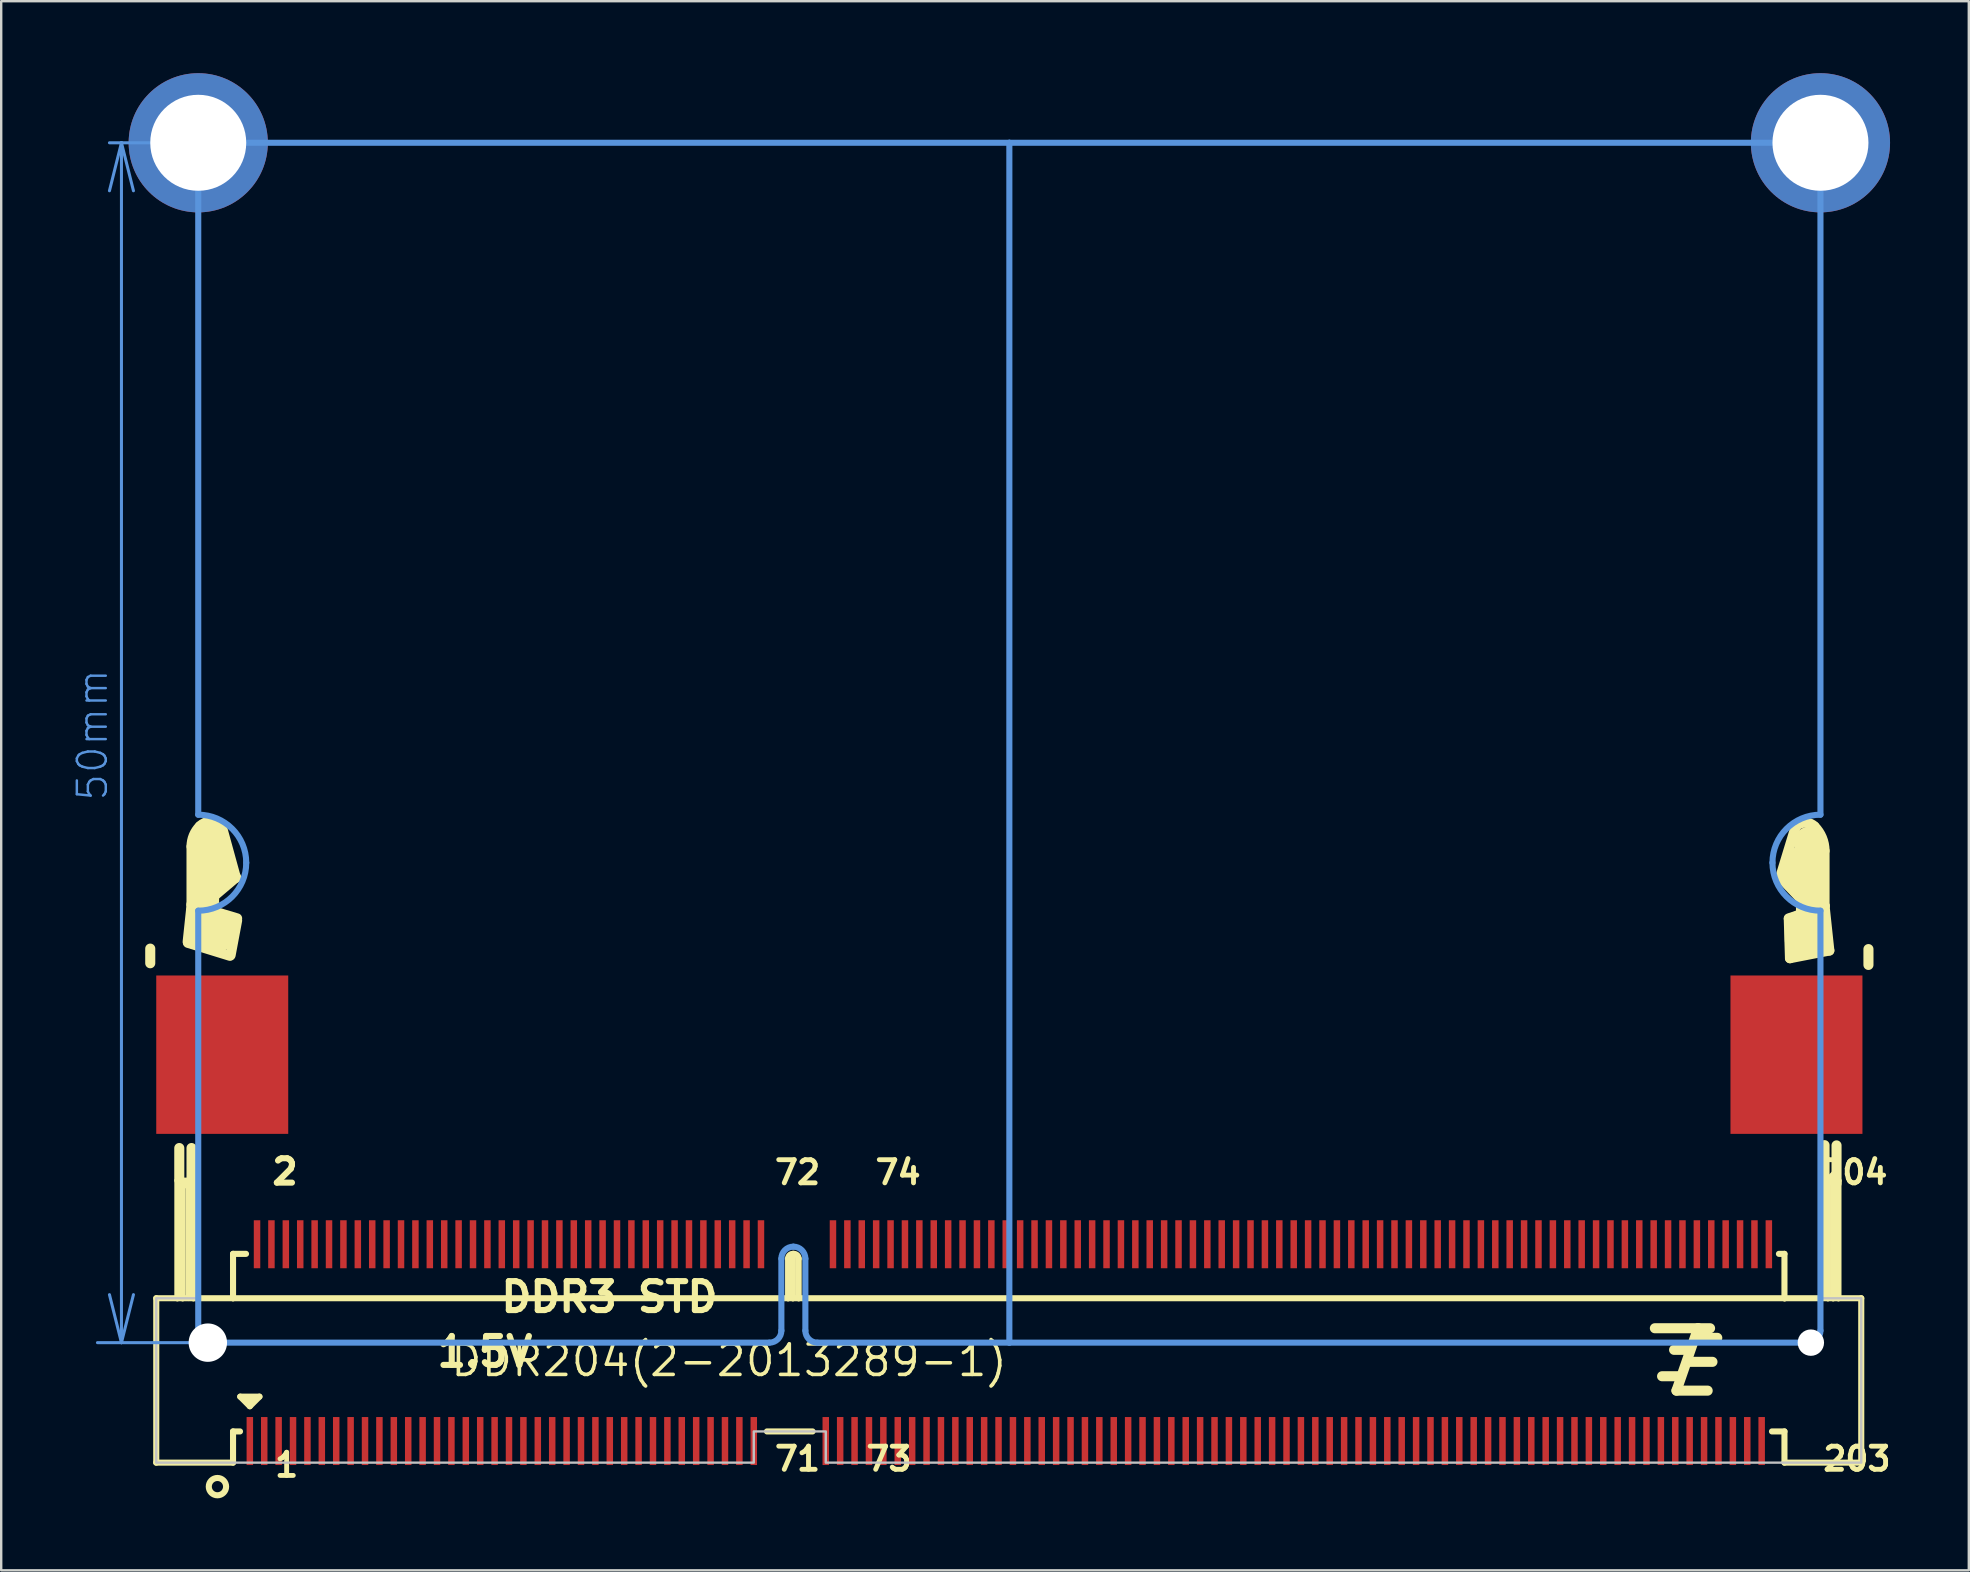
<source format=kicad_pcb>
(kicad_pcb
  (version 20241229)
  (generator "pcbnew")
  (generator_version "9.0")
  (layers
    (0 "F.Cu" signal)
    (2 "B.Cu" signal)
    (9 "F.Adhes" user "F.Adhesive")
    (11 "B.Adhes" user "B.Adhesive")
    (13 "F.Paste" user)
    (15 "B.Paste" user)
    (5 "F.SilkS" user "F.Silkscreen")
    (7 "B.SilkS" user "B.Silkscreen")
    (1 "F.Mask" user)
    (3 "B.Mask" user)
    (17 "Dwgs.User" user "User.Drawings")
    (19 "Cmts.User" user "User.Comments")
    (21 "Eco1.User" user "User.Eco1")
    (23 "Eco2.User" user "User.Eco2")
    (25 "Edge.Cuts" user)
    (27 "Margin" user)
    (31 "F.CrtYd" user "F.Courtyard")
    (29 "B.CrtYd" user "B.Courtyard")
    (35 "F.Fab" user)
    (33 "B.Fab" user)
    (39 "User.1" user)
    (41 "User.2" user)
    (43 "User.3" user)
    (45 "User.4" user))
  (footprint "DDR204(2-2013289-1)"
    (layer "F.Cu")
    (at 39.011 52.9)
    (property "Reference" "DDR204(2-2013289-1)" (at 0 0 0) (layer "F.SilkS") (effects (font (size 1.27 1.27) (thickness 0.15)) (justify right top)))
    (attr through_hole)
    (fp_poly (pts (xy -34.55 -9.7) (xy -31.05 -9.7) (xy -31.05 -14.3) (xy -34.55 -14.3)) (stroke (width 0) (type solid)) (fill yes) (layer "F.Mask"))
    (fp_poly (pts (xy 31.05 -9.7) (xy 34.55 -9.7) (xy 34.55 -14.3) (xy 31.05 -14.3)) (stroke (width 0) (type solid)) (fill yes) (layer "F.Mask"))
    (fp_line (start -35.8 -16.42) (end -35.8 -15.81) (stroke (width 0.42) (type solid)) (layer "F.SilkS"))
    (fp_line (start -35.55 -1.85) (end -34.67 -1.85) (stroke (width 0.254) (type solid)) (layer "F.SilkS"))
    (fp_line (start -35.55 5) (end -35.55 -1.85) (stroke (width 0.254) (type solid)) (layer "F.SilkS"))
    (fp_line (start -34.67 -6.75) (end -34 -6.75) (stroke (width 0.254) (type solid)) (layer "F.SilkS"))
    (fp_line (start -34.67 -1.85) (end -34.67 -6.75) (stroke (width 0.254) (type solid)) (layer "F.SilkS"))
    (fp_line (start -34.67 -1.85) (end -34.45 -1.85) (stroke (width 0.254) (type solid)) (layer "F.SilkS"))
    (fp_line (start -34.59 -6.84) (end -34.59 -8.11) (stroke (width 0.42) (type solid)) (layer "F.SilkS"))
    (fp_line (start -34.45 -6.56) (end -34.2 -6.56) (stroke (width 0.254) (type solid)) (layer "F.SilkS"))
    (fp_line (start -34.45 -1.85) (end -34.45 -6.56) (stroke (width 0.254) (type solid)) (layer "F.SilkS"))
    (fp_line (start -34.45 -1.85) (end -34 -1.85) (stroke (width 0.254) (type solid)) (layer "F.SilkS"))
    (fp_line (start -34.24 -16.71) (end -34.07 -18.31) (stroke (width 0.42) (type solid)) (layer "F.SilkS"))
    (fp_line (start -34.23 -16.66) (end -32.48 -16.12) (stroke (width 0.42) (type solid)) (layer "F.SilkS"))
    (fp_line (start -34.2 -6.56) (end -34.2 -1.86) (stroke (width 0.254) (type solid)) (layer "F.SilkS"))
    (fp_line (start -34.08 -18.25) (end -34.08 -20.675) (stroke (width 0.42) (type solid)) (layer "F.SilkS"))
    (fp_line (start -34.08 -6.74) (end -34.08 -8.11) (stroke (width 0.42) (type solid)) (layer "F.SilkS"))
    (fp_line (start -34 -6.75) (end -34 -1.85) (stroke (width 0.254) (type solid)) (layer "F.SilkS"))
    (fp_line (start -34 -1.85) (end -32.35 -1.85) (stroke (width 0.254) (type solid)) (layer "F.SilkS"))
    (fp_line (start -33.66 -17.99) (end -33.69 -17.16) (stroke (width 1.27) (type solid)) (layer "F.SilkS"))
    (fp_line (start -33.59 -18.39) (end -33.59 -20.73) (stroke (width 1.27) (type solid)) (layer "F.SilkS"))
    (fp_line (start -33.14 -18.61) (end -33.14 -18) (stroke (width 0.42) (type solid)) (layer "F.SilkS"))
    (fp_line (start -32.93 -17.39) (end -32.93 -16.94) (stroke (width 1.27) (type solid)) (layer "F.SilkS"))
    (fp_line (start -32.9 -19.53) (end -33.32 -21.05) (stroke (width 1.27) (type solid)) (layer "F.SilkS"))
    (fp_line (start -32.83 -21.55) (end -32.23 -19.37) (stroke (width 0.42) (type solid)) (layer "F.SilkS"))
    (fp_line (start -32.45 -16.15) (end -32.18 -17.59) (stroke (width 0.42) (type solid)) (layer "F.SilkS"))
    (fp_line (start -32.35 -3.7) (end -31.81 -3.7) (stroke (width 0.254) (type solid)) (layer "F.SilkS"))
    (fp_line (start -32.35 -1.85) (end -32.35 -3.7) (stroke (width 0.254) (type solid)) (layer "F.SilkS"))
    (fp_line (start -32.35 -1.85) (end -9.22 -1.85) (stroke (width 0.254) (type solid)) (layer "F.SilkS"))
    (fp_line (start -32.35 3.7) (end -32.35 5) (stroke (width 0.254) (type solid)) (layer "F.SilkS"))
    (fp_line (start -32.35 3.7) (end -32.06 3.7) (stroke (width 0.254) (type solid)) (layer "F.SilkS"))
    (fp_line (start -32.35 5) (end -35.55 5) (stroke (width 0.254) (type solid)) (layer "F.SilkS"))
    (fp_line (start -32.22 -19.39) (end -33.14 -18.61) (stroke (width 0.42) (type solid)) (layer "F.SilkS"))
    (fp_line (start -32.18 -17.68) (end -34.08 -18.25) (stroke (width 0.42) (type solid)) (layer "F.SilkS"))
    (fp_line (start -32.05 2.25) (end -31.25 2.25) (stroke (width 0.254) (type solid)) (layer "F.SilkS"))
    (fp_line (start -31.75 2.35) (end -31.55 2.35) (stroke (width 0.254) (type solid)) (layer "F.SilkS"))
    (fp_line (start -31.65 2.65) (end -32.05 2.25) (stroke (width 0.254) (type solid)) (layer "F.SilkS"))
    (fp_line (start -31.25 2.25) (end -31.65 2.65) (stroke (width 0.254) (type solid)) (layer "F.SilkS"))
    (fp_line (start -10.1 3.7) (end -8.2 3.7) (stroke (width 0.254) (type solid)) (layer "F.SilkS"))
    (fp_line (start -9.22 -1.85) (end -9.22 -3.5) (stroke (width 0.254) (type solid)) (layer "F.SilkS"))
    (fp_line (start -9.22 -1.85) (end -9.02 -1.85) (stroke (width 0.254) (type solid)) (layer "F.SilkS"))
    (fp_line (start -9.02 -3.7) (end -8.98 -3.7) (stroke (width 0.254) (type solid)) (layer "F.SilkS"))
    (fp_line (start -9.02 -1.85) (end -9.02 -3.6) (stroke (width 0.254) (type solid)) (layer "F.SilkS"))
    (fp_line (start -9.02 -1.85) (end -8.78 -1.85) (stroke (width 0.254) (type solid)) (layer "F.SilkS"))
    (fp_line (start -8.78 -3.5) (end -8.78 -1.85) (stroke (width 0.254) (type solid)) (layer "F.SilkS"))
    (fp_line (start -8.78 -1.85) (end 32.31 -1.85) (stroke (width 0.254) (type solid)) (layer "F.SilkS"))
    (fp_line (start 26.9 -0.6) (end 28.7 -0.6) (stroke (width 0.42) (type solid)) (layer "F.SilkS"))
    (fp_line (start 27.8 2) (end 29.1 2) (stroke (width 0.42) (type solid)) (layer "F.SilkS"))
    (fp_line (start 27.9 1.4) (end 27.2 1.4) (stroke (width 0.42) (type solid)) (layer "F.SilkS"))
    (fp_line (start 28.3 0.3) (end 27.7 0.3) (stroke (width 0.42) (type solid)) (layer "F.SilkS"))
    (fp_line (start 28.3 0.8) (end 29.3 0.8) (stroke (width 0.42) (type solid)) (layer "F.SilkS"))
    (fp_line (start 28.7 -0.6) (end 27.8 2) (stroke (width 0.42) (type solid)) (layer "F.SilkS"))
    (fp_line (start 28.7 -0.6) (end 29.2 -0.6) (stroke (width 0.42) (type solid)) (layer "F.SilkS"))
    (fp_line (start 28.7 -0.2) (end 29.5 -0.2) (stroke (width 0.42) (type solid)) (layer "F.SilkS"))
    (fp_line (start 32.13 -19.39) (end 32.99 -18.49) (stroke (width 0.42) (type solid)) (layer "F.SilkS"))
    (fp_line (start 32.3 -3.7) (end 32.07 -3.7) (stroke (width 0.254) (type solid)) (layer "F.SilkS"))
    (fp_line (start 32.3 -1.85) (end 32.3 -3.7) (stroke (width 0.254) (type solid)) (layer "F.SilkS"))
    (fp_line (start 32.3 3.7) (end 31.78 3.7) (stroke (width 0.254) (type solid)) (layer "F.SilkS"))
    (fp_line (start 32.3 5) (end 32.3 3.7) (stroke (width 0.254) (type solid)) (layer "F.SilkS"))
    (fp_line (start 32.31 -1.85) (end 32.3 -1.85) (stroke (width 0.254) (type solid)) (layer "F.SilkS"))
    (fp_line (start 32.48 -17.68) (end 33.97 -18.19) (stroke (width 0.42) (type solid)) (layer "F.SilkS"))
    (fp_line (start 32.48 -17.66) (end 32.53 -16.02) (stroke (width 0.42) (type solid)) (layer "F.SilkS"))
    (fp_line (start 32.53 -16.02) (end 34.17 -16.34) (stroke (width 0.42) (type solid)) (layer "F.SilkS"))
    (fp_line (start 32.77 -21.51) (end 32.12 -19.38) (stroke (width 0.42) (type solid)) (layer "F.SilkS"))
    (fp_line (start 32.79 -19.37) (end 32.85 -19.99) (stroke (width 1.27) (type solid)) (layer "F.SilkS"))
    (fp_line (start 32.95 -16.77) (end 32.95 -17.25) (stroke (width 1.27) (type solid)) (layer "F.SilkS"))
    (fp_line (start 32.99 -18.49) (end 32.99 -17.88) (stroke (width 0.42) (type solid)) (layer "F.SilkS"))
    (fp_line (start 33.51 -17.75) (end 33.33 -20.87) (stroke (width 1.27) (type solid)) (layer "F.SilkS"))
    (fp_line (start 33.62 -16.7) (end 33.58 -17.45) (stroke (width 1.27) (type solid)) (layer "F.SilkS"))
    (fp_line (start 33.89 -6.75) (end 34.11 -6.75) (stroke (width 0.254) (type solid)) (layer "F.SilkS"))
    (fp_line (start 33.89 -1.86) (end 33.89 -6.75) (stroke (width 0.254) (type solid)) (layer "F.SilkS"))
    (fp_line (start 33.97 -18.21) (end 33.97 -20.496) (stroke (width 0.42) (type solid)) (layer "F.SilkS"))
    (fp_line (start 33.97 -18.19) (end 33.97 -18.21) (stroke (width 0.42) (type solid)) (layer "F.SilkS"))
    (fp_line (start 33.97 -6.58) (end 33.97 -8.23) (stroke (width 0.42) (type solid)) (layer "F.SilkS"))
    (fp_line (start 34.11 -6.75) (end 34.33 -6.75) (stroke (width 0.254) (type solid)) (layer "F.SilkS"))
    (fp_line (start 34.11 -6.75) (end 34.55 -6.75) (stroke (width 0.254) (type solid)) (layer "F.SilkS"))
    (fp_line (start 34.11 -1.85) (end 32.31 -1.85) (stroke (width 0.254) (type solid)) (layer "F.SilkS"))
    (fp_line (start 34.11 -1.85) (end 34.11 -6.75) (stroke (width 0.254) (type solid)) (layer "F.SilkS"))
    (fp_line (start 34.17 -16.34) (end 33.97 -18.21) (stroke (width 0.42) (type solid)) (layer "F.SilkS"))
    (fp_line (start 34.33 -6.75) (end 34.33 -1.85) (stroke (width 0.254) (type solid)) (layer "F.SilkS"))
    (fp_line (start 34.33 -1.85) (end 34.11 -1.85) (stroke (width 0.254) (type solid)) (layer "F.SilkS"))
    (fp_line (start 34.47 -6.63) (end 34.47 -8.22) (stroke (width 0.42) (type solid)) (layer "F.SilkS"))
    (fp_line (start 34.55 -6.75) (end 34.55 -1.85) (stroke (width 0.254) (type solid)) (layer "F.SilkS"))
    (fp_line (start 34.55 -1.85) (end 34.33 -1.85) (stroke (width 0.254) (type solid)) (layer "F.SilkS"))
    (fp_line (start 35.49 5) (end 32.3 5) (stroke (width 0.254) (type solid)) (layer "F.SilkS"))
    (fp_line (start 35.5 -1.85) (end 34.55 -1.85) (stroke (width 0.254) (type solid)) (layer "F.SilkS"))
    (fp_line (start 35.5 5) (end 35.5 -1.85) (stroke (width 0.254) (type solid)) (layer "F.SilkS"))
    (fp_line (start 35.8 -16.4) (end 35.8 -15.74) (stroke (width 0.42) (type solid)) (layer "F.SilkS"))
    (fp_arc (start -34.08 -20.675) (mid -33.98904 -21.13231) (end -33.729999 -21.52) (stroke (width 0.42) (type solid)) (layer "F.SilkS"))
    (fp_arc (start -33.73 -21.52) (mid -33.290932 -21.710992) (end -32.839999 -21.549999) (stroke (width 0.42) (type solid)) (layer "F.SilkS"))
    (fp_arc (start -9.22 -3.5) (mid -9.161421 -3.641421) (end -9.02 -3.7) (stroke (width 0.254) (type solid)) (layer "F.SilkS"))
    (fp_arc (start -8.98 -3.7) (mid -8.838579 -3.641421) (end -8.78 -3.5) (stroke (width 0.254) (type solid)) (layer "F.SilkS"))
    (fp_arc (start 32.77 -21.51) (mid 33.16 -21.671543) (end 33.55 -21.51) (stroke (width 0.42) (type solid)) (layer "F.SilkS"))
    (fp_arc (start 33.549999 -21.51) (mid 33.860849 -21.044772) (end 33.97 -20.496) (stroke (width 0.42) (type solid)) (layer "F.SilkS"))
    (fp_circle (center -33 6) (end -32.639 6) (stroke (width 0.254) (type solid)) (fill no) (layer "F.SilkS"))
    (fp_poly (pts (xy -34.65 -9.6) (xy -30.95 -9.6) (xy -30.95 -14.4) (xy -34.65 -14.4)) (stroke (width 0) (type solid)) (fill yes) (layer "F.Paste"))
    (fp_poly (pts (xy -31.5 -5.1) (xy -31.5 -3.1) (xy -31.2 -3.1) (xy -31.2 -5.1)) (stroke (width 0) (type solid)) (fill yes) (layer "F.Paste"))
    (fp_poly (pts (xy -31.5 5.1) (xy -31.5 3.1) (xy -31.8 3.1) (xy -31.8 5.1)) (stroke (width 0) (type solid)) (fill yes) (layer "F.Paste"))
    (fp_poly (pts (xy -30.9 -5.1) (xy -30.9 -3.1) (xy -30.6 -3.1) (xy -30.6 -5.1)) (stroke (width 0) (type solid)) (fill yes) (layer "F.Paste"))
    (fp_poly (pts (xy -30.9 5.1) (xy -30.9 3.1) (xy -31.2 3.1) (xy -31.2 5.1)) (stroke (width 0) (type solid)) (fill yes) (layer "F.Paste"))
    (fp_poly (pts (xy -30.3 -5.1) (xy -30.3 -3.1) (xy -30 -3.1) (xy -30 -5.1)) (stroke (width 0) (type solid)) (fill yes) (layer "F.Paste"))
    (fp_poly (pts (xy -30.3 5.1) (xy -30.3 3.1) (xy -30.6 3.1) (xy -30.6 5.1)) (stroke (width 0) (type solid)) (fill yes) (layer "F.Paste"))
    (fp_poly (pts (xy -29.7 -5.1) (xy -29.7 -3.1) (xy -29.4 -3.1) (xy -29.4 -5.1)) (stroke (width 0) (type solid)) (fill yes) (layer "F.Paste"))
    (fp_poly (pts (xy -29.7 5.1) (xy -29.7 3.1) (xy -30 3.1) (xy -30 5.1)) (stroke (width 0) (type solid)) (fill yes) (layer "F.Paste"))
    (fp_poly (pts (xy -29.1 -5.1) (xy -29.1 -3.1) (xy -28.8 -3.1) (xy -28.8 -5.1)) (stroke (width 0) (type solid)) (fill yes) (layer "F.Paste"))
    (fp_poly (pts (xy -29.1 5.1) (xy -29.1 3.1) (xy -29.4 3.1) (xy -29.4 5.1)) (stroke (width 0) (type solid)) (fill yes) (layer "F.Paste"))
    (fp_poly (pts (xy -28.5 -5.1) (xy -28.5 -3.1) (xy -28.2 -3.1) (xy -28.2 -5.1)) (stroke (width 0) (type solid)) (fill yes) (layer "F.Paste"))
    (fp_poly (pts (xy -28.5 5.1) (xy -28.5 3.1) (xy -28.8 3.1) (xy -28.8 5.1)) (stroke (width 0) (type solid)) (fill yes) (layer "F.Paste"))
    (fp_poly (pts (xy -27.9 -5.1) (xy -27.9 -3.1) (xy -27.6 -3.1) (xy -27.6 -5.1)) (stroke (width 0) (type solid)) (fill yes) (layer "F.Paste"))
    (fp_poly (pts (xy -27.9 5.1) (xy -27.9 3.1) (xy -28.2 3.1) (xy -28.2 5.1)) (stroke (width 0) (type solid)) (fill yes) (layer "F.Paste"))
    (fp_poly (pts (xy -27.3 -5.1) (xy -27.3 -3.1) (xy -27 -3.1) (xy -27 -5.1)) (stroke (width 0) (type solid)) (fill yes) (layer "F.Paste"))
    (fp_poly (pts (xy -27.3 5.1) (xy -27.3 3.1) (xy -27.6 3.1) (xy -27.6 5.1)) (stroke (width 0) (type solid)) (fill yes) (layer "F.Paste"))
    (fp_poly (pts (xy -26.7 -5.1) (xy -26.7 -3.1) (xy -26.4 -3.1) (xy -26.4 -5.1)) (stroke (width 0) (type solid)) (fill yes) (layer "F.Paste"))
    (fp_poly (pts (xy -26.7 5.1) (xy -26.7 3.1) (xy -27 3.1) (xy -27 5.1)) (stroke (width 0) (type solid)) (fill yes) (layer "F.Paste"))
    (fp_poly (pts (xy -26.1 -5.1) (xy -26.1 -3.1) (xy -25.8 -3.1) (xy -25.8 -5.1)) (stroke (width 0) (type solid)) (fill yes) (layer "F.Paste"))
    (fp_poly (pts (xy -26.1 5.1) (xy -26.1 3.1) (xy -26.4 3.1) (xy -26.4 5.1)) (stroke (width 0) (type solid)) (fill yes) (layer "F.Paste"))
    (fp_poly (pts (xy -25.5 -5.1) (xy -25.5 -3.1) (xy -25.2 -3.1) (xy -25.2 -5.1)) (stroke (width 0) (type solid)) (fill yes) (layer "F.Paste"))
    (fp_poly (pts (xy -25.5 5.1) (xy -25.5 3.1) (xy -25.8 3.1) (xy -25.8 5.1)) (stroke (width 0) (type solid)) (fill yes) (layer "F.Paste"))
    (fp_poly (pts (xy -24.9 -5.1) (xy -24.9 -3.1) (xy -24.6 -3.1) (xy -24.6 -5.1)) (stroke (width 0) (type solid)) (fill yes) (layer "F.Paste"))
    (fp_poly (pts (xy -24.9 5.1) (xy -24.9 3.1) (xy -25.2 3.1) (xy -25.2 5.1)) (stroke (width 0) (type solid)) (fill yes) (layer "F.Paste"))
    (fp_poly (pts (xy -24.3 -5.1) (xy -24.3 -3.1) (xy -24 -3.1) (xy -24 -5.1)) (stroke (width 0) (type solid)) (fill yes) (layer "F.Paste"))
    (fp_poly (pts (xy -24.3 5.1) (xy -24.3 3.1) (xy -24.6 3.1) (xy -24.6 5.1)) (stroke (width 0) (type solid)) (fill yes) (layer "F.Paste"))
    (fp_poly (pts (xy -23.7 -5.1) (xy -23.7 -3.1) (xy -23.4 -3.1) (xy -23.4 -5.1)) (stroke (width 0) (type solid)) (fill yes) (layer "F.Paste"))
    (fp_poly (pts (xy -23.7 5.1) (xy -23.7 3.1) (xy -24 3.1) (xy -24 5.1)) (stroke (width 0) (type solid)) (fill yes) (layer "F.Paste"))
    (fp_poly (pts (xy -23.1 -5.1) (xy -23.1 -3.1) (xy -22.8 -3.1) (xy -22.8 -5.1)) (stroke (width 0) (type solid)) (fill yes) (layer "F.Paste"))
    (fp_poly (pts (xy -23.1 5.1) (xy -23.1 3.1) (xy -23.4 3.1) (xy -23.4 5.1)) (stroke (width 0) (type solid)) (fill yes) (layer "F.Paste"))
    (fp_poly (pts (xy -22.5 -5.1) (xy -22.5 -3.1) (xy -22.2 -3.1) (xy -22.2 -5.1)) (stroke (width 0) (type solid)) (fill yes) (layer "F.Paste"))
    (fp_poly (pts (xy -22.5 5.1) (xy -22.5 3.1) (xy -22.8 3.1) (xy -22.8 5.1)) (stroke (width 0) (type solid)) (fill yes) (layer "F.Paste"))
    (fp_poly (pts (xy -21.9 -5.1) (xy -21.9 -3.1) (xy -21.6 -3.1) (xy -21.6 -5.1)) (stroke (width 0) (type solid)) (fill yes) (layer "F.Paste"))
    (fp_poly (pts (xy -21.9 5.1) (xy -21.9 3.1) (xy -22.2 3.1) (xy -22.2 5.1)) (stroke (width 0) (type solid)) (fill yes) (layer "F.Paste"))
    (fp_poly (pts (xy -21.3 -5.1) (xy -21.3 -3.1) (xy -21 -3.1) (xy -21 -5.1)) (stroke (width 0) (type solid)) (fill yes) (layer "F.Paste"))
    (fp_poly (pts (xy -21.3 5.1) (xy -21.3 3.1) (xy -21.6 3.1) (xy -21.6 5.1)) (stroke (width 0) (type solid)) (fill yes) (layer "F.Paste"))
    (fp_poly (pts (xy -20.7 -5.1) (xy -20.7 -3.1) (xy -20.4 -3.1) (xy -20.4 -5.1)) (stroke (width 0) (type solid)) (fill yes) (layer "F.Paste"))
    (fp_poly (pts (xy -20.7 5.1) (xy -20.7 3.1) (xy -21 3.1) (xy -21 5.1)) (stroke (width 0) (type solid)) (fill yes) (layer "F.Paste"))
    (fp_poly (pts (xy -20.1 -5.1) (xy -20.1 -3.1) (xy -19.8 -3.1) (xy -19.8 -5.1)) (stroke (width 0) (type solid)) (fill yes) (layer "F.Paste"))
    (fp_poly (pts (xy -20.1 5.1) (xy -20.1 3.1) (xy -20.4 3.1) (xy -20.4 5.1)) (stroke (width 0) (type solid)) (fill yes) (layer "F.Paste"))
    (fp_poly (pts (xy -19.5 -5.1) (xy -19.5 -3.1) (xy -19.2 -3.1) (xy -19.2 -5.1)) (stroke (width 0) (type solid)) (fill yes) (layer "F.Paste"))
    (fp_poly (pts (xy -19.5 5.1) (xy -19.5 3.1) (xy -19.8 3.1) (xy -19.8 5.1)) (stroke (width 0) (type solid)) (fill yes) (layer "F.Paste"))
    (fp_poly (pts (xy -18.9 -5.1) (xy -18.9 -3.1) (xy -18.6 -3.1) (xy -18.6 -5.1)) (stroke (width 0) (type solid)) (fill yes) (layer "F.Paste"))
    (fp_poly (pts (xy -18.9 5.1) (xy -18.9 3.1) (xy -19.2 3.1) (xy -19.2 5.1)) (stroke (width 0) (type solid)) (fill yes) (layer "F.Paste"))
    (fp_poly (pts (xy -18.3 -5.1) (xy -18.3 -3.1) (xy -18 -3.1) (xy -18 -5.1)) (stroke (width 0) (type solid)) (fill yes) (layer "F.Paste"))
    (fp_poly (pts (xy -18.3 5.1) (xy -18.3 3.1) (xy -18.6 3.1) (xy -18.6 5.1)) (stroke (width 0) (type solid)) (fill yes) (layer "F.Paste"))
    (fp_poly (pts (xy -17.7 -5.1) (xy -17.7 -3.1) (xy -17.4 -3.1) (xy -17.4 -5.1)) (stroke (width 0) (type solid)) (fill yes) (layer "F.Paste"))
    (fp_poly (pts (xy -17.7 5.1) (xy -17.7 3.1) (xy -18 3.1) (xy -18 5.1)) (stroke (width 0) (type solid)) (fill yes) (layer "F.Paste"))
    (fp_poly (pts (xy -17.1 -5.1) (xy -17.1 -3.1) (xy -16.8 -3.1) (xy -16.8 -5.1)) (stroke (width 0) (type solid)) (fill yes) (layer "F.Paste"))
    (fp_poly (pts (xy -17.1 5.1) (xy -17.1 3.1) (xy -17.4 3.1) (xy -17.4 5.1)) (stroke (width 0) (type solid)) (fill yes) (layer "F.Paste"))
    (fp_poly (pts (xy -16.5 -5.1) (xy -16.5 -3.1) (xy -16.2 -3.1) (xy -16.2 -5.1)) (stroke (width 0) (type solid)) (fill yes) (layer "F.Paste"))
    (fp_poly (pts (xy -16.5 5.1) (xy -16.5 3.1) (xy -16.8 3.1) (xy -16.8 5.1)) (stroke (width 0) (type solid)) (fill yes) (layer "F.Paste"))
    (fp_poly (pts (xy -15.9 -5.1) (xy -15.9 -3.1) (xy -15.6 -3.1) (xy -15.6 -5.1)) (stroke (width 0) (type solid)) (fill yes) (layer "F.Paste"))
    (fp_poly (pts (xy -15.9 5.1) (xy -15.9 3.1) (xy -16.2 3.1) (xy -16.2 5.1)) (stroke (width 0) (type solid)) (fill yes) (layer "F.Paste"))
    (fp_poly (pts (xy -15.3 -5.1) (xy -15.3 -3.1) (xy -15 -3.1) (xy -15 -5.1)) (stroke (width 0) (type solid)) (fill yes) (layer "F.Paste"))
    (fp_poly (pts (xy -15.3 5.1) (xy -15.3 3.1) (xy -15.6 3.1) (xy -15.6 5.1)) (stroke (width 0) (type solid)) (fill yes) (layer "F.Paste"))
    (fp_poly (pts (xy -14.7 -5.1) (xy -14.7 -3.1) (xy -14.4 -3.1) (xy -14.4 -5.1)) (stroke (width 0) (type solid)) (fill yes) (layer "F.Paste"))
    (fp_poly (pts (xy -14.7 5.1) (xy -14.7 3.1) (xy -15 3.1) (xy -15 5.1)) (stroke (width 0) (type solid)) (fill yes) (layer "F.Paste"))
    (fp_poly (pts (xy -14.1 -5.1) (xy -14.1 -3.1) (xy -13.8 -3.1) (xy -13.8 -5.1)) (stroke (width 0) (type solid)) (fill yes) (layer "F.Paste"))
    (fp_poly (pts (xy -14.1 5.1) (xy -14.1 3.1) (xy -14.4 3.1) (xy -14.4 5.1)) (stroke (width 0) (type solid)) (fill yes) (layer "F.Paste"))
    (fp_poly (pts (xy -13.5 -5.1) (xy -13.5 -3.1) (xy -13.2 -3.1) (xy -13.2 -5.1)) (stroke (width 0) (type solid)) (fill yes) (layer "F.Paste"))
    (fp_poly (pts (xy -13.5 5.1) (xy -13.5 3.1) (xy -13.8 3.1) (xy -13.8 5.1)) (stroke (width 0) (type solid)) (fill yes) (layer "F.Paste"))
    (fp_poly (pts (xy -12.9 -5.1) (xy -12.9 -3.1) (xy -12.6 -3.1) (xy -12.6 -5.1)) (stroke (width 0) (type solid)) (fill yes) (layer "F.Paste"))
    (fp_poly (pts (xy -12.9 5.1) (xy -12.9 3.1) (xy -13.2 3.1) (xy -13.2 5.1)) (stroke (width 0) (type solid)) (fill yes) (layer "F.Paste"))
    (fp_poly (pts (xy -12.3 -5.1) (xy -12.3 -3.1) (xy -12 -3.1) (xy -12 -5.1)) (stroke (width 0) (type solid)) (fill yes) (layer "F.Paste"))
    (fp_poly (pts (xy -12.3 5.1) (xy -12.3 3.1) (xy -12.6 3.1) (xy -12.6 5.1)) (stroke (width 0) (type solid)) (fill yes) (layer "F.Paste"))
    (fp_poly (pts (xy -11.7 -5.1) (xy -11.7 -3.1) (xy -11.4 -3.1) (xy -11.4 -5.1)) (stroke (width 0) (type solid)) (fill yes) (layer "F.Paste"))
    (fp_poly (pts (xy -11.7 5.1) (xy -11.7 3.1) (xy -12 3.1) (xy -12 5.1)) (stroke (width 0) (type solid)) (fill yes) (layer "F.Paste"))
    (fp_poly (pts (xy -11.1 -5.1) (xy -11.1 -3.1) (xy -10.8 -3.1) (xy -10.8 -5.1)) (stroke (width 0) (type solid)) (fill yes) (layer "F.Paste"))
    (fp_poly (pts (xy -11.1 5.1) (xy -11.1 3.1) (xy -11.4 3.1) (xy -11.4 5.1)) (stroke (width 0) (type solid)) (fill yes) (layer "F.Paste"))
    (fp_poly (pts (xy -10.5 -5.1) (xy -10.5 -3.1) (xy -10.2 -3.1) (xy -10.2 -5.1)) (stroke (width 0) (type solid)) (fill yes) (layer "F.Paste"))
    (fp_poly (pts (xy -10.5 5.1) (xy -10.5 3.1) (xy -10.8 3.1) (xy -10.8 5.1)) (stroke (width 0) (type solid)) (fill yes) (layer "F.Paste"))
    (fp_poly (pts (xy -7.5 -5.1) (xy -7.5 -3.1) (xy -7.2 -3.1) (xy -7.2 -5.1)) (stroke (width 0) (type solid)) (fill yes) (layer "F.Paste"))
    (fp_poly (pts (xy -7.5 5.1) (xy -7.5 3.1) (xy -7.8 3.1) (xy -7.8 5.1)) (stroke (width 0) (type solid)) (fill yes) (layer "F.Paste"))
    (fp_poly (pts (xy -6.9 -5.1) (xy -6.9 -3.1) (xy -6.6 -3.1) (xy -6.6 -5.1)) (stroke (width 0) (type solid)) (fill yes) (layer "F.Paste"))
    (fp_poly (pts (xy -6.9 5.1) (xy -6.9 3.1) (xy -7.2 3.1) (xy -7.2 5.1)) (stroke (width 0) (type solid)) (fill yes) (layer "F.Paste"))
    (fp_poly (pts (xy -6.3 -5.1) (xy -6.3 -3.1) (xy -6 -3.1) (xy -6 -5.1)) (stroke (width 0) (type solid)) (fill yes) (layer "F.Paste"))
    (fp_poly (pts (xy -6.3 5.1) (xy -6.3 3.1) (xy -6.6 3.1) (xy -6.6 5.1)) (stroke (width 0) (type solid)) (fill yes) (layer "F.Paste"))
    (fp_poly (pts (xy -5.7 -5.1) (xy -5.7 -3.1) (xy -5.4 -3.1) (xy -5.4 -5.1)) (stroke (width 0) (type solid)) (fill yes) (layer "F.Paste"))
    (fp_poly (pts (xy -5.7 5.1) (xy -5.7 3.1) (xy -6 3.1) (xy -6 5.1)) (stroke (width 0) (type solid)) (fill yes) (layer "F.Paste"))
    (fp_poly (pts (xy -5.1 -5.1) (xy -5.1 -3.1) (xy -4.8 -3.1) (xy -4.8 -5.1)) (stroke (width 0) (type solid)) (fill yes) (layer "F.Paste"))
    (fp_poly (pts (xy -5.1 5.1) (xy -5.1 3.1) (xy -5.4 3.1) (xy -5.4 5.1)) (stroke (width 0) (type solid)) (fill yes) (layer "F.Paste"))
    (fp_poly (pts (xy -4.5 -5.1) (xy -4.5 -3.1) (xy -4.2 -3.1) (xy -4.2 -5.1)) (stroke (width 0) (type solid)) (fill yes) (layer "F.Paste"))
    (fp_poly (pts (xy -4.5 5.1) (xy -4.5 3.1) (xy -4.8 3.1) (xy -4.8 5.1)) (stroke (width 0) (type solid)) (fill yes) (layer "F.Paste"))
    (fp_poly (pts (xy -3.9 -5.1) (xy -3.9 -3.1) (xy -3.6 -3.1) (xy -3.6 -5.1)) (stroke (width 0) (type solid)) (fill yes) (layer "F.Paste"))
    (fp_poly (pts (xy -3.9 5.1) (xy -3.9 3.1) (xy -4.2 3.1) (xy -4.2 5.1)) (stroke (width 0) (type solid)) (fill yes) (layer "F.Paste"))
    (fp_poly (pts (xy -3.3 -5.1) (xy -3.3 -3.1) (xy -3 -3.1) (xy -3 -5.1)) (stroke (width 0) (type solid)) (fill yes) (layer "F.Paste"))
    (fp_poly (pts (xy -3.3 5.1) (xy -3.3 3.1) (xy -3.6 3.1) (xy -3.6 5.1)) (stroke (width 0) (type solid)) (fill yes) (layer "F.Paste"))
    (fp_poly (pts (xy -2.7 -5.1) (xy -2.7 -3.1) (xy -2.4 -3.1) (xy -2.4 -5.1)) (stroke (width 0) (type solid)) (fill yes) (layer "F.Paste"))
    (fp_poly (pts (xy -2.7 5.1) (xy -2.7 3.1) (xy -3 3.1) (xy -3 5.1)) (stroke (width 0) (type solid)) (fill yes) (layer "F.Paste"))
    (fp_poly (pts (xy -2.1 -5.1) (xy -2.1 -3.1) (xy -1.8 -3.1) (xy -1.8 -5.1)) (stroke (width 0) (type solid)) (fill yes) (layer "F.Paste"))
    (fp_poly (pts (xy -2.1 5.1) (xy -2.1 3.1) (xy -2.4 3.1) (xy -2.4 5.1)) (stroke (width 0) (type solid)) (fill yes) (layer "F.Paste"))
    (fp_poly (pts (xy -1.5 -5.1) (xy -1.5 -3.1) (xy -1.2 -3.1) (xy -1.2 -5.1)) (stroke (width 0) (type solid)) (fill yes) (layer "F.Paste"))
    (fp_poly (pts (xy -1.5 5.1) (xy -1.5 3.1) (xy -1.8 3.1) (xy -1.8 5.1)) (stroke (width 0) (type solid)) (fill yes) (layer "F.Paste"))
    (fp_poly (pts (xy -0.9 -5.1) (xy -0.9 -3.1) (xy -0.6 -3.1) (xy -0.6 -5.1)) (stroke (width 0) (type solid)) (fill yes) (layer "F.Paste"))
    (fp_poly (pts (xy -0.9 5.1) (xy -0.9 3.1) (xy -1.2 3.1) (xy -1.2 5.1)) (stroke (width 0) (type solid)) (fill yes) (layer "F.Paste"))
    (fp_poly (pts (xy -0.3 -5.1) (xy -0.3 -3.1) (xy 0 -3.1) (xy 0 -5.1)) (stroke (width 0) (type solid)) (fill yes) (layer "F.Paste"))
    (fp_poly (pts (xy -0.3 5.1) (xy -0.3 3.1) (xy -0.6 3.1) (xy -0.6 5.1)) (stroke (width 0) (type solid)) (fill yes) (layer "F.Paste"))
    (fp_poly (pts (xy 0.3 -5.1) (xy 0.3 -3.1) (xy 0.6 -3.1) (xy 0.6 -5.1)) (stroke (width 0) (type solid)) (fill yes) (layer "F.Paste"))
    (fp_poly (pts (xy 0.3 5.1) (xy 0.3 3.1) (xy 0 3.1) (xy 0 5.1)) (stroke (width 0) (type solid)) (fill yes) (layer "F.Paste"))
    (fp_poly (pts (xy 0.9 -5.1) (xy 0.9 -3.1) (xy 1.2 -3.1) (xy 1.2 -5.1)) (stroke (width 0) (type solid)) (fill yes) (layer "F.Paste"))
    (fp_poly (pts (xy 0.9 5.1) (xy 0.9 3.1) (xy 0.6 3.1) (xy 0.6 5.1)) (stroke (width 0) (type solid)) (fill yes) (layer "F.Paste"))
    (fp_poly (pts (xy 1.5 -5.1) (xy 1.5 -3.1) (xy 1.8 -3.1) (xy 1.8 -5.1)) (stroke (width 0) (type solid)) (fill yes) (layer "F.Paste"))
    (fp_poly (pts (xy 1.5 5.1) (xy 1.5 3.1) (xy 1.2 3.1) (xy 1.2 5.1)) (stroke (width 0) (type solid)) (fill yes) (layer "F.Paste"))
    (fp_poly (pts (xy 2.1 -5.1) (xy 2.1 -3.1) (xy 2.4 -3.1) (xy 2.4 -5.1)) (stroke (width 0) (type solid)) (fill yes) (layer "F.Paste"))
    (fp_poly (pts (xy 2.1 5.1) (xy 2.1 3.1) (xy 1.8 3.1) (xy 1.8 5.1)) (stroke (width 0) (type solid)) (fill yes) (layer "F.Paste"))
    (fp_poly (pts (xy 2.7 -5.1) (xy 2.7 -3.1) (xy 3 -3.1) (xy 3 -5.1)) (stroke (width 0) (type solid)) (fill yes) (layer "F.Paste"))
    (fp_poly (pts (xy 2.7 5.1) (xy 2.7 3.1) (xy 2.4 3.1) (xy 2.4 5.1)) (stroke (width 0) (type solid)) (fill yes) (layer "F.Paste"))
    (fp_poly (pts (xy 3.3 -5.1) (xy 3.3 -3.1) (xy 3.6 -3.1) (xy 3.6 -5.1)) (stroke (width 0) (type solid)) (fill yes) (layer "F.Paste"))
    (fp_poly (pts (xy 3.3 5.1) (xy 3.3 3.1) (xy 3 3.1) (xy 3 5.1)) (stroke (width 0) (type solid)) (fill yes) (layer "F.Paste"))
    (fp_poly (pts (xy 3.9 -5.1) (xy 3.9 -3.1) (xy 4.2 -3.1) (xy 4.2 -5.1)) (stroke (width 0) (type solid)) (fill yes) (layer "F.Paste"))
    (fp_poly (pts (xy 3.9 5.1) (xy 3.9 3.1) (xy 3.6 3.1) (xy 3.6 5.1)) (stroke (width 0) (type solid)) (fill yes) (layer "F.Paste"))
    (fp_poly (pts (xy 4.5 -5.1) (xy 4.5 -3.1) (xy 4.8 -3.1) (xy 4.8 -5.1)) (stroke (width 0) (type solid)) (fill yes) (layer "F.Paste"))
    (fp_poly (pts (xy 4.5 5.1) (xy 4.5 3.1) (xy 4.2 3.1) (xy 4.2 5.1)) (stroke (width 0) (type solid)) (fill yes) (layer "F.Paste"))
    (fp_poly (pts (xy 5.1 -5.1) (xy 5.1 -3.1) (xy 5.4 -3.1) (xy 5.4 -5.1)) (stroke (width 0) (type solid)) (fill yes) (layer "F.Paste"))
    (fp_poly (pts (xy 5.1 5.1) (xy 5.1 3.1) (xy 4.8 3.1) (xy 4.8 5.1)) (stroke (width 0) (type solid)) (fill yes) (layer "F.Paste"))
    (fp_poly (pts (xy 5.7 -5.1) (xy 5.7 -3.1) (xy 6 -3.1) (xy 6 -5.1)) (stroke (width 0) (type solid)) (fill yes) (layer "F.Paste"))
    (fp_poly (pts (xy 5.7 5.1) (xy 5.7 3.1) (xy 5.4 3.1) (xy 5.4 5.1)) (stroke (width 0) (type solid)) (fill yes) (layer "F.Paste"))
    (fp_poly (pts (xy 6.3 -5.1) (xy 6.3 -3.1) (xy 6.6 -3.1) (xy 6.6 -5.1)) (stroke (width 0) (type solid)) (fill yes) (layer "F.Paste"))
    (fp_poly (pts (xy 6.3 5.1) (xy 6.3 3.1) (xy 6 3.1) (xy 6 5.1)) (stroke (width 0) (type solid)) (fill yes) (layer "F.Paste"))
    (fp_poly (pts (xy 6.9 -5.1) (xy 6.9 -3.1) (xy 7.2 -3.1) (xy 7.2 -5.1)) (stroke (width 0) (type solid)) (fill yes) (layer "F.Paste"))
    (fp_poly (pts (xy 6.9 5.1) (xy 6.9 3.1) (xy 6.6 3.1) (xy 6.6 5.1)) (stroke (width 0) (type solid)) (fill yes) (layer "F.Paste"))
    (fp_poly (pts (xy 7.5 -5.1) (xy 7.5 -3.1) (xy 7.8 -3.1) (xy 7.8 -5.1)) (stroke (width 0) (type solid)) (fill yes) (layer "F.Paste"))
    (fp_poly (pts (xy 7.5 5.1) (xy 7.5 3.1) (xy 7.2 3.1) (xy 7.2 5.1)) (stroke (width 0) (type solid)) (fill yes) (layer "F.Paste"))
    (fp_poly (pts (xy 8.1 -5.1) (xy 8.1 -3.1) (xy 8.4 -3.1) (xy 8.4 -5.1)) (stroke (width 0) (type solid)) (fill yes) (layer "F.Paste"))
    (fp_poly (pts (xy 8.1 5.1) (xy 8.1 3.1) (xy 7.8 3.1) (xy 7.8 5.1)) (stroke (width 0) (type solid)) (fill yes) (layer "F.Paste"))
    (fp_poly (pts (xy 8.7 -5.1) (xy 8.7 -3.1) (xy 9 -3.1) (xy 9 -5.1)) (stroke (width 0) (type solid)) (fill yes) (layer "F.Paste"))
    (fp_poly (pts (xy 8.7 5.1) (xy 8.7 3.1) (xy 8.4 3.1) (xy 8.4 5.1)) (stroke (width 0) (type solid)) (fill yes) (layer "F.Paste"))
    (fp_poly (pts (xy 9.3 -5.1) (xy 9.3 -3.1) (xy 9.6 -3.1) (xy 9.6 -5.1)) (stroke (width 0) (type solid)) (fill yes) (layer "F.Paste"))
    (fp_poly (pts (xy 9.3 5.1) (xy 9.3 3.1) (xy 9 3.1) (xy 9 5.1)) (stroke (width 0) (type solid)) (fill yes) (layer "F.Paste"))
    (fp_poly (pts (xy 9.9 -5.1) (xy 9.9 -3.1) (xy 10.2 -3.1) (xy 10.2 -5.1)) (stroke (width 0) (type solid)) (fill yes) (layer "F.Paste"))
    (fp_poly (pts (xy 9.9 5.1) (xy 9.9 3.1) (xy 9.6 3.1) (xy 9.6 5.1)) (stroke (width 0) (type solid)) (fill yes) (layer "F.Paste"))
    (fp_poly (pts (xy 10.5 -5.1) (xy 10.5 -3.1) (xy 10.8 -3.1) (xy 10.8 -5.1)) (stroke (width 0) (type solid)) (fill yes) (layer "F.Paste"))
    (fp_poly (pts (xy 10.5 5.1) (xy 10.5 3.1) (xy 10.2 3.1) (xy 10.2 5.1)) (stroke (width 0) (type solid)) (fill yes) (layer "F.Paste"))
    (fp_poly (pts (xy 11.1 -5.1) (xy 11.1 -3.1) (xy 11.4 -3.1) (xy 11.4 -5.1)) (stroke (width 0) (type solid)) (fill yes) (layer "F.Paste"))
    (fp_poly (pts (xy 11.1 5.1) (xy 11.1 3.1) (xy 10.8 3.1) (xy 10.8 5.1)) (stroke (width 0) (type solid)) (fill yes) (layer "F.Paste"))
    (fp_poly (pts (xy 11.7 -5.1) (xy 11.7 -3.1) (xy 12 -3.1) (xy 12 -5.1)) (stroke (width 0) (type solid)) (fill yes) (layer "F.Paste"))
    (fp_poly (pts (xy 11.7 5.1) (xy 11.7 3.1) (xy 11.4 3.1) (xy 11.4 5.1)) (stroke (width 0) (type solid)) (fill yes) (layer "F.Paste"))
    (fp_poly (pts (xy 12.3 -5.1) (xy 12.3 -3.1) (xy 12.6 -3.1) (xy 12.6 -5.1)) (stroke (width 0) (type solid)) (fill yes) (layer "F.Paste"))
    (fp_poly (pts (xy 12.3 5.1) (xy 12.3 3.1) (xy 12 3.1) (xy 12 5.1)) (stroke (width 0) (type solid)) (fill yes) (layer "F.Paste"))
    (fp_poly (pts (xy 12.9 -5.1) (xy 12.9 -3.1) (xy 13.2 -3.1) (xy 13.2 -5.1)) (stroke (width 0) (type solid)) (fill yes) (layer "F.Paste"))
    (fp_poly (pts (xy 12.9 5.1) (xy 12.9 3.1) (xy 12.6 3.1) (xy 12.6 5.1)) (stroke (width 0) (type solid)) (fill yes) (layer "F.Paste"))
    (fp_poly (pts (xy 13.5 -5.1) (xy 13.5 -3.1) (xy 13.8 -3.1) (xy 13.8 -5.1)) (stroke (width 0) (type solid)) (fill yes) (layer "F.Paste"))
    (fp_poly (pts (xy 13.5 5.1) (xy 13.5 3.1) (xy 13.2 3.1) (xy 13.2 5.1)) (stroke (width 0) (type solid)) (fill yes) (layer "F.Paste"))
    (fp_poly (pts (xy 14.1 -5.1) (xy 14.1 -3.1) (xy 14.4 -3.1) (xy 14.4 -5.1)) (stroke (width 0) (type solid)) (fill yes) (layer "F.Paste"))
    (fp_poly (pts (xy 14.1 5.1) (xy 14.1 3.1) (xy 13.8 3.1) (xy 13.8 5.1)) (stroke (width 0) (type solid)) (fill yes) (layer "F.Paste"))
    (fp_poly (pts (xy 14.7 -5.1) (xy 14.7 -3.1) (xy 15 -3.1) (xy 15 -5.1)) (stroke (width 0) (type solid)) (fill yes) (layer "F.Paste"))
    (fp_poly (pts (xy 14.7 5.1) (xy 14.7 3.1) (xy 14.4 3.1) (xy 14.4 5.1)) (stroke (width 0) (type solid)) (fill yes) (layer "F.Paste"))
    (fp_poly (pts (xy 15.3 -5.1) (xy 15.3 -3.1) (xy 15.6 -3.1) (xy 15.6 -5.1)) (stroke (width 0) (type solid)) (fill yes) (layer "F.Paste"))
    (fp_poly (pts (xy 15.3 5.1) (xy 15.3 3.1) (xy 15 3.1) (xy 15 5.1)) (stroke (width 0) (type solid)) (fill yes) (layer "F.Paste"))
    (fp_poly (pts (xy 15.9 -5.1) (xy 15.9 -3.1) (xy 16.2 -3.1) (xy 16.2 -5.1)) (stroke (width 0) (type solid)) (fill yes) (layer "F.Paste"))
    (fp_poly (pts (xy 15.9 5.1) (xy 15.9 3.1) (xy 15.6 3.1) (xy 15.6 5.1)) (stroke (width 0) (type solid)) (fill yes) (layer "F.Paste"))
    (fp_poly (pts (xy 16.5 -5.1) (xy 16.5 -3.1) (xy 16.8 -3.1) (xy 16.8 -5.1)) (stroke (width 0) (type solid)) (fill yes) (layer "F.Paste"))
    (fp_poly (pts (xy 16.5 5.1) (xy 16.5 3.1) (xy 16.2 3.1) (xy 16.2 5.1)) (stroke (width 0) (type solid)) (fill yes) (layer "F.Paste"))
    (fp_poly (pts (xy 17.1 -5.1) (xy 17.1 -3.1) (xy 17.4 -3.1) (xy 17.4 -5.1)) (stroke (width 0) (type solid)) (fill yes) (layer "F.Paste"))
    (fp_poly (pts (xy 17.1 5.1) (xy 17.1 3.1) (xy 16.8 3.1) (xy 16.8 5.1)) (stroke (width 0) (type solid)) (fill yes) (layer "F.Paste"))
    (fp_poly (pts (xy 17.7 -5.1) (xy 17.7 -3.1) (xy 18 -3.1) (xy 18 -5.1)) (stroke (width 0) (type solid)) (fill yes) (layer "F.Paste"))
    (fp_poly (pts (xy 17.7 5.1) (xy 17.7 3.1) (xy 17.4 3.1) (xy 17.4 5.1)) (stroke (width 0) (type solid)) (fill yes) (layer "F.Paste"))
    (fp_poly (pts (xy 18.3 -5.1) (xy 18.3 -3.1) (xy 18.6 -3.1) (xy 18.6 -5.1)) (stroke (width 0) (type solid)) (fill yes) (layer "F.Paste"))
    (fp_poly (pts (xy 18.3 5.1) (xy 18.3 3.1) (xy 18 3.1) (xy 18 5.1)) (stroke (width 0) (type solid)) (fill yes) (layer "F.Paste"))
    (fp_poly (pts (xy 18.9 -5.1) (xy 18.9 -3.1) (xy 19.2 -3.1) (xy 19.2 -5.1)) (stroke (width 0) (type solid)) (fill yes) (layer "F.Paste"))
    (fp_poly (pts (xy 18.9 5.1) (xy 18.9 3.1) (xy 18.6 3.1) (xy 18.6 5.1)) (stroke (width 0) (type solid)) (fill yes) (layer "F.Paste"))
    (fp_poly (pts (xy 19.5 -5.1) (xy 19.5 -3.1) (xy 19.8 -3.1) (xy 19.8 -5.1)) (stroke (width 0) (type solid)) (fill yes) (layer "F.Paste"))
    (fp_poly (pts (xy 19.5 5.1) (xy 19.5 3.1) (xy 19.2 3.1) (xy 19.2 5.1)) (stroke (width 0) (type solid)) (fill yes) (layer "F.Paste"))
    (fp_poly (pts (xy 20.1 -5.1) (xy 20.1 -3.1) (xy 20.4 -3.1) (xy 20.4 -5.1)) (stroke (width 0) (type solid)) (fill yes) (layer "F.Paste"))
    (fp_poly (pts (xy 20.1 5.1) (xy 20.1 3.1) (xy 19.8 3.1) (xy 19.8 5.1)) (stroke (width 0) (type solid)) (fill yes) (layer "F.Paste"))
    (fp_poly (pts (xy 20.7 -5.1) (xy 20.7 -3.1) (xy 21 -3.1) (xy 21 -5.1)) (stroke (width 0) (type solid)) (fill yes) (layer "F.Paste"))
    (fp_poly (pts (xy 20.7 5.1) (xy 20.7 3.1) (xy 20.4 3.1) (xy 20.4 5.1)) (stroke (width 0) (type solid)) (fill yes) (layer "F.Paste"))
    (fp_poly (pts (xy 21.3 -5.1) (xy 21.3 -3.1) (xy 21.6 -3.1) (xy 21.6 -5.1)) (stroke (width 0) (type solid)) (fill yes) (layer "F.Paste"))
    (fp_poly (pts (xy 21.3 5.1) (xy 21.3 3.1) (xy 21 3.1) (xy 21 5.1)) (stroke (width 0) (type solid)) (fill yes) (layer "F.Paste"))
    (fp_poly (pts (xy 21.9 -5.1) (xy 21.9 -3.1) (xy 22.2 -3.1) (xy 22.2 -5.1)) (stroke (width 0) (type solid)) (fill yes) (layer "F.Paste"))
    (fp_poly (pts (xy 21.9 5.1) (xy 21.9 3.1) (xy 21.6 3.1) (xy 21.6 5.1)) (stroke (width 0) (type solid)) (fill yes) (layer "F.Paste"))
    (fp_poly (pts (xy 22.5 -5.1) (xy 22.5 -3.1) (xy 22.8 -3.1) (xy 22.8 -5.1)) (stroke (width 0) (type solid)) (fill yes) (layer "F.Paste"))
    (fp_poly (pts (xy 22.5 5.1) (xy 22.5 3.1) (xy 22.2 3.1) (xy 22.2 5.1)) (stroke (width 0) (type solid)) (fill yes) (layer "F.Paste"))
    (fp_poly (pts (xy 23.1 -5.1) (xy 23.1 -3.1) (xy 23.4 -3.1) (xy 23.4 -5.1)) (stroke (width 0) (type solid)) (fill yes) (layer "F.Paste"))
    (fp_poly (pts (xy 23.1 5.1) (xy 23.1 3.1) (xy 22.8 3.1) (xy 22.8 5.1)) (stroke (width 0) (type solid)) (fill yes) (layer "F.Paste"))
    (fp_poly (pts (xy 23.7 -5.1) (xy 23.7 -3.1) (xy 24 -3.1) (xy 24 -5.1)) (stroke (width 0) (type solid)) (fill yes) (layer "F.Paste"))
    (fp_poly (pts (xy 23.7 5.1) (xy 23.7 3.1) (xy 23.4 3.1) (xy 23.4 5.1)) (stroke (width 0) (type solid)) (fill yes) (layer "F.Paste"))
    (fp_poly (pts (xy 24.3 -5.1) (xy 24.3 -3.1) (xy 24.6 -3.1) (xy 24.6 -5.1)) (stroke (width 0) (type solid)) (fill yes) (layer "F.Paste"))
    (fp_poly (pts (xy 24.3 5.1) (xy 24.3 3.1) (xy 24 3.1) (xy 24 5.1)) (stroke (width 0) (type solid)) (fill yes) (layer "F.Paste"))
    (fp_poly (pts (xy 24.9 -5.1) (xy 24.9 -3.1) (xy 25.2 -3.1) (xy 25.2 -5.1)) (stroke (width 0) (type solid)) (fill yes) (layer "F.Paste"))
    (fp_poly (pts (xy 24.9 5.1) (xy 24.9 3.1) (xy 24.6 3.1) (xy 24.6 5.1)) (stroke (width 0) (type solid)) (fill yes) (layer "F.Paste"))
    (fp_poly (pts (xy 25.5 -5.1) (xy 25.5 -3.1) (xy 25.8 -3.1) (xy 25.8 -5.1)) (stroke (width 0) (type solid)) (fill yes) (layer "F.Paste"))
    (fp_poly (pts (xy 25.5 5.1) (xy 25.5 3.1) (xy 25.2 3.1) (xy 25.2 5.1)) (stroke (width 0) (type solid)) (fill yes) (layer "F.Paste"))
    (fp_poly (pts (xy 26.1 -5.1) (xy 26.1 -3.1) (xy 26.4 -3.1) (xy 26.4 -5.1)) (stroke (width 0) (type solid)) (fill yes) (layer "F.Paste"))
    (fp_poly (pts (xy 26.1 5.1) (xy 26.1 3.1) (xy 25.8 3.1) (xy 25.8 5.1)) (stroke (width 0) (type solid)) (fill yes) (layer "F.Paste"))
    (fp_poly (pts (xy 26.7 -5.1) (xy 26.7 -3.1) (xy 27 -3.1) (xy 27 -5.1)) (stroke (width 0) (type solid)) (fill yes) (layer "F.Paste"))
    (fp_poly (pts (xy 26.7 5.1) (xy 26.7 3.1) (xy 26.4 3.1) (xy 26.4 5.1)) (stroke (width 0) (type solid)) (fill yes) (layer "F.Paste"))
    (fp_poly (pts (xy 27.3 -5.1) (xy 27.3 -3.1) (xy 27.6 -3.1) (xy 27.6 -5.1)) (stroke (width 0) (type solid)) (fill yes) (layer "F.Paste"))
    (fp_poly (pts (xy 27.3 5.1) (xy 27.3 3.1) (xy 27 3.1) (xy 27 5.1)) (stroke (width 0) (type solid)) (fill yes) (layer "F.Paste"))
    (fp_poly (pts (xy 27.9 -5.1) (xy 27.9 -3.1) (xy 28.2 -3.1) (xy 28.2 -5.1)) (stroke (width 0) (type solid)) (fill yes) (layer "F.Paste"))
    (fp_poly (pts (xy 27.9 5.1) (xy 27.9 3.1) (xy 27.6 3.1) (xy 27.6 5.1)) (stroke (width 0) (type solid)) (fill yes) (layer "F.Paste"))
    (fp_poly (pts (xy 28.5 -5.1) (xy 28.5 -3.1) (xy 28.8 -3.1) (xy 28.8 -5.1)) (stroke (width 0) (type solid)) (fill yes) (layer "F.Paste"))
    (fp_poly (pts (xy 28.5 5.1) (xy 28.5 3.1) (xy 28.2 3.1) (xy 28.2 5.1)) (stroke (width 0) (type solid)) (fill yes) (layer "F.Paste"))
    (fp_poly (pts (xy 29.1 -5.1) (xy 29.1 -3.1) (xy 29.4 -3.1) (xy 29.4 -5.1)) (stroke (width 0) (type solid)) (fill yes) (layer "F.Paste"))
    (fp_poly (pts (xy 29.1 5.1) (xy 29.1 3.1) (xy 28.8 3.1) (xy 28.8 5.1)) (stroke (width 0) (type solid)) (fill yes) (layer "F.Paste"))
    (fp_poly (pts (xy 29.7 -5.1) (xy 29.7 -3.1) (xy 30 -3.1) (xy 30 -5.1)) (stroke (width 0) (type solid)) (fill yes) (layer "F.Paste"))
    (fp_poly (pts (xy 29.7 5.1) (xy 29.7 3.1) (xy 29.4 3.1) (xy 29.4 5.1)) (stroke (width 0) (type solid)) (fill yes) (layer "F.Paste"))
    (fp_poly (pts (xy 30.3 -5.1) (xy 30.3 -3.1) (xy 30.6 -3.1) (xy 30.6 -5.1)) (stroke (width 0) (type solid)) (fill yes) (layer "F.Paste"))
    (fp_poly (pts (xy 30.3 5.1) (xy 30.3 3.1) (xy 30 3.1) (xy 30 5.1)) (stroke (width 0) (type solid)) (fill yes) (layer "F.Paste"))
    (fp_poly (pts (xy 30.9 -5.1) (xy 30.9 -3.1) (xy 31.2 -3.1) (xy 31.2 -5.1)) (stroke (width 0) (type solid)) (fill yes) (layer "F.Paste"))
    (fp_poly (pts (xy 30.9 5.1) (xy 30.9 3.1) (xy 30.6 3.1) (xy 30.6 5.1)) (stroke (width 0) (type solid)) (fill yes) (layer "F.Paste"))
    (fp_poly (pts (xy 30.95 -9.6) (xy 34.65 -9.6) (xy 34.65 -14.4) (xy 30.95 -14.4)) (stroke (width 0) (type solid)) (fill yes) (layer "F.Paste"))
    (fp_poly (pts (xy 31.5 -5.1) (xy 31.5 -3.1) (xy 31.8 -3.1) (xy 31.8 -5.1)) (stroke (width 0) (type solid)) (fill yes) (layer "F.Paste"))
    (fp_poly (pts (xy 31.5 5.1) (xy 31.5 3.1) (xy 31.2 3.1) (xy 31.2 5.1)) (stroke (width 0) (type solid)) (fill yes) (layer "F.Paste"))
    (fp_poly (pts (xy -33.8 -50) (xy 33.8 -50) (xy 33.8 -22) (xy 33.487 -21.975) (xy 33.182 -21.902) (xy 32.892 -21.782) (xy 32.624 -21.618) (xy 32.386 -21.414) (xy 32.182 -21.176) (xy 32.018 -20.908) (xy 31.898 -20.618) (xy 31.8 -20) (xy 31.825 -19.687) (xy 31.898 -19.382) (xy 32.018 -19.092) (xy 32.182 -18.824) (xy 32.386 -18.586) (xy 32.624 -18.382) (xy 32.892 -18.218) (xy 33.182 -18.098) (xy 33.8 -18) (xy 33.8 -1.85) (xy 35.5 -1.85) (xy 35.5 5) (xy -7.65 5) (xy -7.65 3.7) (xy -10.65 3.7) (xy -10.65 5) (xy -35.55 5) (xy -35.55 -1.85) (xy -33.8 -1.85) (xy -33.8 -18) (xy -33.487 -18.025) (xy -33.182 -18.098) (xy -32.892 -18.218) (xy -32.624 -18.382) (xy -32.386 -18.586) (xy -32.182 -18.824) (xy -32.018 -19.092) (xy -31.898 -19.382) (xy -31.8 -20) (xy -31.825 -20.313) (xy -31.898 -20.618) (xy -32.018 -20.908) (xy -32.182 -21.176) (xy -32.386 -21.414) (xy -32.624 -21.618) (xy -32.892 -21.782) (xy -33.182 -21.902) (xy -33.8 -22)) (stroke (width 0.1) (type solid)) (fill no) (layer "Dwgs.User"))
    (fp_line (start -37 -50) (end -37.5 -50) (stroke (width 0.127) (type solid)) (layer "Cmts.User"))
    (fp_line (start -37 -50) (end -37.5 -48) (stroke (width 0.127) (type solid)) (layer "Cmts.User"))
    (fp_line (start -37 -50) (end -36.5 -48) (stroke (width 0.127) (type solid)) (layer "Cmts.User"))
    (fp_line (start -37 0) (end -38 0) (stroke (width 0.127) (type solid)) (layer "Cmts.User"))
    (fp_line (start -37 0) (end -37.5 -2) (stroke (width 0.127) (type solid)) (layer "Cmts.User"))
    (fp_line (start -37 0) (end -37 -50) (stroke (width 0.127) (type solid)) (layer "Cmts.User"))
    (fp_line (start -37 0) (end -36.5 -2) (stroke (width 0.127) (type solid)) (layer "Cmts.User"))
    (fp_line (start -33.8 -50) (end -37 -50) (stroke (width 0.127) (type solid)) (layer "Cmts.User"))
    (fp_line (start -33.8 -50) (end -33.8 -22) (stroke (width 0.254) (type solid)) (layer "Cmts.User"))
    (fp_line (start -33.8 -18) (end -33.8 -0.5) (stroke (width 0.254) (type solid)) (layer "Cmts.User"))
    (fp_line (start -33.3 0) (end -37 0) (stroke (width 0.127) (type solid)) (layer "Cmts.User"))
    (fp_line (start -33.3 0) (end -10 0) (stroke (width 0.254) (type solid)) (layer "Cmts.User"))
    (fp_line (start -9.5 -0.5) (end -9.5 -3.5) (stroke (width 0.254) (type solid)) (layer "Cmts.User"))
    (fp_line (start -8.5 -3.5) (end -8.5 -0.5) (stroke (width 0.254) (type solid)) (layer "Cmts.User"))
    (fp_line (start -8 0) (end 0 0) (stroke (width 0.254) (type solid)) (layer "Cmts.User"))
    (fp_line (start 0 -50) (end -33.8 -50) (stroke (width 0.254) (type solid)) (layer "Cmts.User"))
    (fp_line (start 0 0) (end 0 -50) (stroke (width 0.254) (type solid)) (layer "Cmts.User"))
    (fp_line (start 0 0) (end 33.3 0) (stroke (width 0.254) (type solid)) (layer "Cmts.User"))
    (fp_line (start 33.8 -50) (end 0 -50) (stroke (width 0.254) (type solid)) (layer "Cmts.User"))
    (fp_line (start 33.8 -22) (end 33.8 -50) (stroke (width 0.254) (type solid)) (layer "Cmts.User"))
    (fp_line (start 33.8 -0.5) (end 33.8 -18) (stroke (width 0.254) (type solid)) (layer "Cmts.User"))
    (fp_arc (start -33.8 -22) (mid -32.385786 -21.414214) (end -31.8 -20) (stroke (width 0.254) (type solid)) (layer "Cmts.User"))
    (fp_arc (start -33.3 0) (mid -33.653553 -0.146447) (end -33.8 -0.5) (stroke (width 0.254) (type solid)) (layer "Cmts.User"))
    (fp_arc (start -31.8 -20) (mid -32.385786 -18.585786) (end -33.8 -18) (stroke (width 0.254) (type solid)) (layer "Cmts.User"))
    (fp_arc (start -9.5 -3.5) (mid -9.353553 -3.853553) (end -9 -4) (stroke (width 0.254) (type solid)) (layer "Cmts.User"))
    (fp_arc (start -9.5 -0.5) (mid -9.646447 -0.146447) (end -10 0) (stroke (width 0.254) (type solid)) (layer "Cmts.User"))
    (fp_arc (start -9 -4) (mid -8.646447 -3.853553) (end -8.5 -3.5) (stroke (width 0.254) (type solid)) (layer "Cmts.User"))
    (fp_arc (start -8 0) (mid -8.353553 -0.146447) (end -8.5 -0.5) (stroke (width 0.254) (type solid)) (layer "Cmts.User"))
    (fp_arc (start 31.8 -20) (mid 32.385786 -21.414214) (end 33.8 -22) (stroke (width 0.254) (type solid)) (layer "Cmts.User"))
    (fp_arc (start 33.8 -18) (mid 32.385786 -18.585786) (end 31.8 -20) (stroke (width 0.254) (type solid)) (layer "Cmts.User"))
    (fp_arc (start 33.8 -0.5) (mid 33.653553 -0.146447) (end 33.3 0) (stroke (width 0.254) (type solid)) (layer "Cmts.User"))
    (fp_text user "DDR3 STD" (at -21.311 -1.197 0) (layer "F.SilkS") (effects (font (size 1.206 1.206) (thickness 0.254)) (justify left bottom)))
    (fp_text user "74" (at -5.69 -6.531 0) (layer "F.SilkS") (effects (font (size 0.965 0.965) (thickness 0.203)) (justify left bottom)))
    (fp_text user "204" (at 33.68 -6.531 0) (layer "F.SilkS") (effects (font (size 0.965 0.965) (thickness 0.203)) (justify left bottom)))
    (fp_text user "71" (at -9.881 5.407 0) (layer "F.SilkS") (effects (font (size 0.965 0.965) (thickness 0.203)) (justify left bottom)))
    (fp_text user "1.5V" (at -23.978 1.089 0) (layer "F.SilkS") (effects (font (size 1.206 1.206) (thickness 0.254)) (justify left bottom)))
    (fp_text user "1" (at -30.709 5.661 0) (layer "F.SilkS") (effects (font (size 0.965 0.965) (thickness 0.203)) (justify left bottom)))
    (fp_text user "2" (at -30.836 -6.531 0) (layer "F.SilkS") (effects (font (size 1.016 1.016) (thickness 0.254)) (justify left bottom)))
    (fp_text user "72" (at -9.881 -6.531 0) (layer "F.SilkS") (effects (font (size 0.965 0.965) (thickness 0.203)) (justify left bottom)))
    (fp_text user "203" (at 33.807 5.407 0) (layer "F.SilkS") (effects (font (size 0.965 0.965) (thickness 0.203)) (justify left bottom)))
    (fp_text user "73" (at -6.071 5.407 0) (layer "F.SilkS") (effects (font (size 0.965 0.965) (thickness 0.203)) (justify left bottom)))
    (fp_text user "50mm" (at -37.5 -22.5 90) (layer "Cmts.User") (effects (font (size 1.206 1.206) (thickness 0.102)) (justify left bottom)))
    (pad "" np_thru_hole circle (at -33.4 0) (size 1.6 1.6) (drill 1.6) (layers "*.Cu"))
    (pad "" np_thru_hole circle (at 33.4 0) (size 1.1 1.1) (drill 1.1) (layers "*.Cu"))
    (pad "1" smd rect (at -31.65 4.1 90) (size 2 0.27) (layers "F.Cu" "F.Mask"))
    (pad "2" smd rect (at -31.35 -4.1 90) (size 2 0.27) (layers "F.Cu" "F.Mask"))
    (pad "3" smd rect (at -31.05 4.1 90) (size 2 0.27) (layers "F.Cu" "F.Mask"))
    (pad "4" smd rect (at -30.75 -4.1 90) (size 2 0.27) (layers "F.Cu" "F.Mask"))
    (pad "5" smd rect (at -30.45 4.1 90) (size 2 0.27) (layers "F.Cu" "F.Mask"))
    (pad "6" smd rect (at -30.15 -4.1 90) (size 2 0.27) (layers "F.Cu" "F.Mask"))
    (pad "7" smd rect (at -29.85 4.1 90) (size 2 0.27) (layers "F.Cu" "F.Mask"))
    (pad "8" smd rect (at -29.55 -4.1 90) (size 2 0.27) (layers "F.Cu" "F.Mask"))
    (pad "9" smd rect (at -29.25 4.1 90) (size 2 0.27) (layers "F.Cu" "F.Mask"))
    (pad "10" smd rect (at -28.95 -4.1 90) (size 2 0.27) (layers "F.Cu" "F.Mask"))
    (pad "11" smd rect (at -28.65 4.1 90) (size 2 0.27) (layers "F.Cu" "F.Mask"))
    (pad "12" smd rect (at -28.35 -4.1 90) (size 2 0.27) (layers "F.Cu" "F.Mask"))
    (pad "13" smd rect (at -28.05 4.1 90) (size 2 0.27) (layers "F.Cu" "F.Mask"))
    (pad "14" smd rect (at -27.75 -4.1 90) (size 2 0.27) (layers "F.Cu" "F.Mask"))
    (pad "15" smd rect (at -27.45 4.1 90) (size 2 0.27) (layers "F.Cu" "F.Mask"))
    (pad "16" smd rect (at -27.15 -4.1 90) (size 2 0.27) (layers "F.Cu" "F.Mask"))
    (pad "17" smd rect (at -26.85 4.1 90) (size 2 0.27) (layers "F.Cu" "F.Mask"))
    (pad "18" smd rect (at -26.55 -4.1 90) (size 2 0.27) (layers "F.Cu" "F.Mask"))
    (pad "19" smd rect (at -26.25 4.1 90) (size 2 0.27) (layers "F.Cu" "F.Mask"))
    (pad "20" smd rect (at -25.95 -4.1 90) (size 2 0.27) (layers "F.Cu" "F.Mask"))
    (pad "21" smd rect (at -25.65 4.1 90) (size 2 0.27) (layers "F.Cu" "F.Mask"))
    (pad "22" smd rect (at -25.35 -4.1 90) (size 2 0.27) (layers "F.Cu" "F.Mask"))
    (pad "23" smd rect (at -25.05 4.1 90) (size 2 0.27) (layers "F.Cu" "F.Mask"))
    (pad "24" smd rect (at -24.75 -4.1 90) (size 2 0.27) (layers "F.Cu" "F.Mask"))
    (pad "25" smd rect (at -24.45 4.1 90) (size 2 0.27) (layers "F.Cu" "F.Mask"))
    (pad "26" smd rect (at -24.15 -4.1 90) (size 2 0.27) (layers "F.Cu" "F.Mask"))
    (pad "27" smd rect (at -23.85 4.1 90) (size 2 0.27) (layers "F.Cu" "F.Mask"))
    (pad "28" smd rect (at -23.55 -4.1 90) (size 2 0.27) (layers "F.Cu" "F.Mask"))
    (pad "29" smd rect (at -23.25 4.1 90) (size 2 0.27) (layers "F.Cu" "F.Mask"))
    (pad "30" smd rect (at -22.95 -4.1 90) (size 2 0.27) (layers "F.Cu" "F.Mask"))
    (pad "31" smd rect (at -22.65 4.1 90) (size 2 0.27) (layers "F.Cu" "F.Mask"))
    (pad "32" smd rect (at -22.35 -4.1 90) (size 2 0.27) (layers "F.Cu" "F.Mask"))
    (pad "33" smd rect (at -22.05 4.1 90) (size 2 0.27) (layers "F.Cu" "F.Mask"))
    (pad "34" smd rect (at -21.75 -4.1 90) (size 2 0.27) (layers "F.Cu" "F.Mask"))
    (pad "35" smd rect (at -21.45 4.1 90) (size 2 0.27) (layers "F.Cu" "F.Mask"))
    (pad "36" smd rect (at -21.15 -4.1 90) (size 2 0.27) (layers "F.Cu" "F.Mask"))
    (pad "37" smd rect (at -20.85 4.1 90) (size 2 0.27) (layers "F.Cu" "F.Mask"))
    (pad "38" smd rect (at -20.55 -4.1 90) (size 2 0.27) (layers "F.Cu" "F.Mask"))
    (pad "39" smd rect (at -20.25 4.1 90) (size 2 0.27) (layers "F.Cu" "F.Mask"))
    (pad "40" smd rect (at -19.95 -4.1 90) (size 2 0.27) (layers "F.Cu" "F.Mask"))
    (pad "41" smd rect (at -19.65 4.1 90) (size 2 0.27) (layers "F.Cu" "F.Mask"))
    (pad "42" smd rect (at -19.35 -4.1 90) (size 2 0.27) (layers "F.Cu" "F.Mask"))
    (pad "43" smd rect (at -19.05 4.1 90) (size 2 0.27) (layers "F.Cu" "F.Mask"))
    (pad "44" smd rect (at -18.75 -4.1 90) (size 2 0.27) (layers "F.Cu" "F.Mask"))
    (pad "45" smd rect (at -18.45 4.1 90) (size 2 0.27) (layers "F.Cu" "F.Mask"))
    (pad "46" smd rect (at -18.15 -4.1 90) (size 2 0.27) (layers "F.Cu" "F.Mask"))
    (pad "47" smd rect (at -17.85 4.1 90) (size 2 0.27) (layers "F.Cu" "F.Mask"))
    (pad "48" smd rect (at -17.55 -4.1 90) (size 2 0.27) (layers "F.Cu" "F.Mask"))
    (pad "49" smd rect (at -17.25 4.1 90) (size 2 0.27) (layers "F.Cu" "F.Mask"))
    (pad "50" smd rect (at -16.95 -4.1 90) (size 2 0.27) (layers "F.Cu" "F.Mask"))
    (pad "51" smd rect (at -16.65 4.1 90) (size 2 0.27) (layers "F.Cu" "F.Mask"))
    (pad "52" smd rect (at -16.35 -4.1 90) (size 2 0.27) (layers "F.Cu" "F.Mask"))
    (pad "53" smd rect (at -16.05 4.1 90) (size 2 0.27) (layers "F.Cu" "F.Mask"))
    (pad "54" smd rect (at -15.75 -4.1 90) (size 2 0.27) (layers "F.Cu" "F.Mask"))
    (pad "55" smd rect (at -15.45 4.1 90) (size 2 0.27) (layers "F.Cu" "F.Mask"))
    (pad "56" smd rect (at -15.15 -4.1 90) (size 2 0.27) (layers "F.Cu" "F.Mask"))
    (pad "57" smd rect (at -14.85 4.1 90) (size 2 0.27) (layers "F.Cu" "F.Mask"))
    (pad "58" smd rect (at -14.55 -4.1 90) (size 2 0.27) (layers "F.Cu" "F.Mask"))
    (pad "59" smd rect (at -14.25 4.1 90) (size 2 0.27) (layers "F.Cu" "F.Mask"))
    (pad "60" smd rect (at -13.95 -4.1 90) (size 2 0.27) (layers "F.Cu" "F.Mask"))
    (pad "61" smd rect (at -13.65 4.1 90) (size 2 0.27) (layers "F.Cu" "F.Mask"))
    (pad "62" smd rect (at -13.35 -4.1 90) (size 2 0.27) (layers "F.Cu" "F.Mask"))
    (pad "63" smd rect (at -13.05 4.1 90) (size 2 0.27) (layers "F.Cu" "F.Mask"))
    (pad "64" smd rect (at -12.75 -4.1 90) (size 2 0.27) (layers "F.Cu" "F.Mask"))
    (pad "65" smd rect (at -12.45 4.1 90) (size 2 0.27) (layers "F.Cu" "F.Mask"))
    (pad "66" smd rect (at -12.15 -4.1 90) (size 2 0.27) (layers "F.Cu" "F.Mask"))
    (pad "67" smd rect (at -11.85 4.1 90) (size 2 0.27) (layers "F.Cu" "F.Mask"))
    (pad "68" smd rect (at -11.55 -4.1 90) (size 2 0.27) (layers "F.Cu" "F.Mask"))
    (pad "69" smd rect (at -11.25 4.1 90) (size 2 0.27) (layers "F.Cu" "F.Mask"))
    (pad "70" smd rect (at -10.95 -4.1 90) (size 2 0.27) (layers "F.Cu" "F.Mask"))
    (pad "71" smd rect (at -10.65 4.1 90) (size 2 0.27) (layers "F.Cu" "F.Mask"))
    (pad "72" smd rect (at -10.35 -4.1 90) (size 2 0.27) (layers "F.Cu" "F.Mask"))
    (pad "73" smd rect (at -7.65 4.1 90) (size 2 0.27) (layers "F.Cu" "F.Mask"))
    (pad "74" smd rect (at -7.35 -4.1 90) (size 2 0.27) (layers "F.Cu" "F.Mask"))
    (pad "75" smd rect (at -7.05 4.1 90) (size 2 0.27) (layers "F.Cu" "F.Mask"))
    (pad "76" smd rect (at -6.75 -4.1 90) (size 2 0.27) (layers "F.Cu" "F.Mask"))
    (pad "77" smd rect (at -6.45 4.1 90) (size 2 0.27) (layers "F.Cu" "F.Mask"))
    (pad "78" smd rect (at -6.15 -4.1 90) (size 2 0.27) (layers "F.Cu" "F.Mask"))
    (pad "79" smd rect (at -5.85 4.1 90) (size 2 0.27) (layers "F.Cu" "F.Mask"))
    (pad "80" smd rect (at -5.55 -4.1 90) (size 2 0.27) (layers "F.Cu" "F.Mask"))
    (pad "81" smd rect (at -5.25 4.1 90) (size 2 0.27) (layers "F.Cu" "F.Mask"))
    (pad "82" smd rect (at -4.95 -4.1 90) (size 2 0.27) (layers "F.Cu" "F.Mask"))
    (pad "83" smd rect (at -4.65 4.1 90) (size 2 0.27) (layers "F.Cu" "F.Mask"))
    (pad "84" smd rect (at -4.35 -4.1 90) (size 2 0.27) (layers "F.Cu" "F.Mask"))
    (pad "85" smd rect (at -4.05 4.1 90) (size 2 0.27) (layers "F.Cu" "F.Mask"))
    (pad "86" smd rect (at -3.75 -4.1 90) (size 2 0.27) (layers "F.Cu" "F.Mask"))
    (pad "87" smd rect (at -3.45 4.1 90) (size 2 0.27) (layers "F.Cu" "F.Mask"))
    (pad "88" smd rect (at -3.15 -4.1 90) (size 2 0.27) (layers "F.Cu" "F.Mask"))
    (pad "89" smd rect (at -2.85 4.1 90) (size 2 0.27) (layers "F.Cu" "F.Mask"))
    (pad "90" smd rect (at -2.55 -4.1 90) (size 2 0.27) (layers "F.Cu" "F.Mask"))
    (pad "91" smd rect (at -2.25 4.1 90) (size 2 0.27) (layers "F.Cu" "F.Mask"))
    (pad "92" smd rect (at -1.95 -4.1 90) (size 2 0.27) (layers "F.Cu" "F.Mask"))
    (pad "93" smd rect (at -1.65 4.1 90) (size 2 0.27) (layers "F.Cu" "F.Mask"))
    (pad "94" smd rect (at -1.35 -4.1 90) (size 2 0.27) (layers "F.Cu" "F.Mask"))
    (pad "95" smd rect (at -1.05 4.1 90) (size 2 0.27) (layers "F.Cu" "F.Mask"))
    (pad "96" smd rect (at -0.75 -4.1 90) (size 2 0.27) (layers "F.Cu" "F.Mask"))
    (pad "97" smd rect (at -0.45 4.1 90) (size 2 0.27) (layers "F.Cu" "F.Mask"))
    (pad "98" smd rect (at -0.15 -4.1 90) (size 2 0.27) (layers "F.Cu" "F.Mask"))
    (pad "99" smd rect (at 0.15 4.1 90) (size 2 0.27) (layers "F.Cu" "F.Mask"))
    (pad "100" smd rect (at 0.45 -4.1 90) (size 2 0.27) (layers "F.Cu" "F.Mask"))
    (pad "101" smd rect (at 0.75 4.1 90) (size 2 0.27) (layers "F.Cu" "F.Mask"))
    (pad "102" smd rect (at 1.05 -4.1 90) (size 2 0.27) (layers "F.Cu" "F.Mask"))
    (pad "103" smd rect (at 1.35 4.1 90) (size 2 0.27) (layers "F.Cu" "F.Mask"))
    (pad "104" smd rect (at 1.65 -4.1 90) (size 2 0.27) (layers "F.Cu" "F.Mask"))
    (pad "105" smd rect (at 1.95 4.1 90) (size 2 0.27) (layers "F.Cu" "F.Mask"))
    (pad "106" smd rect (at 2.25 -4.1 90) (size 2 0.27) (layers "F.Cu" "F.Mask"))
    (pad "107" smd rect (at 2.55 4.1 90) (size 2 0.27) (layers "F.Cu" "F.Mask"))
    (pad "108" smd rect (at 2.85 -4.1 90) (size 2 0.27) (layers "F.Cu" "F.Mask"))
    (pad "109" smd rect (at 3.15 4.1 90) (size 2 0.27) (layers "F.Cu" "F.Mask"))
    (pad "110" smd rect (at 3.45 -4.1 90) (size 2 0.27) (layers "F.Cu" "F.Mask"))
    (pad "111" smd rect (at 3.75 4.1 90) (size 2 0.27) (layers "F.Cu" "F.Mask"))
    (pad "112" smd rect (at 4.05 -4.1 90) (size 2 0.27) (layers "F.Cu" "F.Mask"))
    (pad "113" smd rect (at 4.35 4.1 90) (size 2 0.27) (layers "F.Cu" "F.Mask"))
    (pad "114" smd rect (at 4.65 -4.1 90) (size 2 0.27) (layers "F.Cu" "F.Mask"))
    (pad "115" smd rect (at 4.95 4.1 90) (size 2 0.27) (layers "F.Cu" "F.Mask"))
    (pad "116" smd rect (at 5.25 -4.1 90) (size 2 0.27) (layers "F.Cu" "F.Mask"))
    (pad "117" smd rect (at 5.55 4.1 90) (size 2 0.27) (layers "F.Cu" "F.Mask"))
    (pad "118" smd rect (at 5.85 -4.1 90) (size 2 0.27) (layers "F.Cu" "F.Mask"))
    (pad "119" smd rect (at 6.15 4.1 90) (size 2 0.27) (layers "F.Cu" "F.Mask"))
    (pad "120" smd rect (at 6.45 -4.1 90) (size 2 0.27) (layers "F.Cu" "F.Mask"))
    (pad "121" smd rect (at 6.75 4.1 90) (size 2 0.27) (layers "F.Cu" "F.Mask"))
    (pad "122" smd rect (at 7.05 -4.1 90) (size 2 0.27) (layers "F.Cu" "F.Mask"))
    (pad "123" smd rect (at 7.35 4.1 90) (size 2 0.27) (layers "F.Cu" "F.Mask"))
    (pad "124" smd rect (at 7.65 -4.1 90) (size 2 0.27) (layers "F.Cu" "F.Mask"))
    (pad "125" smd rect (at 7.95 4.1 90) (size 2 0.27) (layers "F.Cu" "F.Mask"))
    (pad "126" smd rect (at 8.25 -4.1 90) (size 2 0.27) (layers "F.Cu" "F.Mask"))
    (pad "127" smd rect (at 8.55 4.1 90) (size 2 0.27) (layers "F.Cu" "F.Mask"))
    (pad "128" smd rect (at 8.85 -4.1 90) (size 2 0.27) (layers "F.Cu" "F.Mask"))
    (pad "129" smd rect (at 9.15 4.1 90) (size 2 0.27) (layers "F.Cu" "F.Mask"))
    (pad "130" smd rect (at 9.45 -4.1 90) (size 2 0.27) (layers "F.Cu" "F.Mask"))
    (pad "131" smd rect (at 9.75 4.1 90) (size 2 0.27) (layers "F.Cu" "F.Mask"))
    (pad "132" smd rect (at 10.05 -4.1 90) (size 2 0.27) (layers "F.Cu" "F.Mask"))
    (pad "133" smd rect (at 10.35 4.1 90) (size 2 0.27) (layers "F.Cu" "F.Mask"))
    (pad "134" smd rect (at 10.65 -4.1 90) (size 2 0.27) (layers "F.Cu" "F.Mask"))
    (pad "135" smd rect (at 10.95 4.1 90) (size 2 0.27) (layers "F.Cu" "F.Mask"))
    (pad "136" smd rect (at 11.25 -4.1 90) (size 2 0.27) (layers "F.Cu" "F.Mask"))
    (pad "137" smd rect (at 11.55 4.1 90) (size 2 0.27) (layers "F.Cu" "F.Mask"))
    (pad "138" smd rect (at 11.85 -4.1 90) (size 2 0.27) (layers "F.Cu" "F.Mask"))
    (pad "139" smd rect (at 12.15 4.1 90) (size 2 0.27) (layers "F.Cu" "F.Mask"))
    (pad "140" smd rect (at 12.45 -4.1 90) (size 2 0.27) (layers "F.Cu" "F.Mask"))
    (pad "141" smd rect (at 12.75 4.1 90) (size 2 0.27) (layers "F.Cu" "F.Mask"))
    (pad "142" smd rect (at 13.05 -4.1 90) (size 2 0.27) (layers "F.Cu" "F.Mask"))
    (pad "143" smd rect (at 13.35 4.1 90) (size 2 0.27) (layers "F.Cu" "F.Mask"))
    (pad "144" smd rect (at 13.65 -4.1 90) (size 2 0.27) (layers "F.Cu" "F.Mask"))
    (pad "145" smd rect (at 13.95 4.1 90) (size 2 0.27) (layers "F.Cu" "F.Mask"))
    (pad "146" smd rect (at 14.25 -4.1 90) (size 2 0.27) (layers "F.Cu" "F.Mask"))
    (pad "147" smd rect (at 14.55 4.1 90) (size 2 0.27) (layers "F.Cu" "F.Mask"))
    (pad "148" smd rect (at 14.85 -4.1 90) (size 2 0.27) (layers "F.Cu" "F.Mask"))
    (pad "149" smd rect (at 15.15 4.1 90) (size 2 0.27) (layers "F.Cu" "F.Mask"))
    (pad "150" smd rect (at 15.45 -4.1 90) (size 2 0.27) (layers "F.Cu" "F.Mask"))
    (pad "151" smd rect (at 15.75 4.1 90) (size 2 0.27) (layers "F.Cu" "F.Mask"))
    (pad "152" smd rect (at 16.05 -4.1 90) (size 2 0.27) (layers "F.Cu" "F.Mask"))
    (pad "153" smd rect (at 16.35 4.1 90) (size 2 0.27) (layers "F.Cu" "F.Mask"))
    (pad "154" smd rect (at 16.65 -4.1 90) (size 2 0.27) (layers "F.Cu" "F.Mask"))
    (pad "155" smd rect (at 16.95 4.1 90) (size 2 0.27) (layers "F.Cu" "F.Mask"))
    (pad "156" smd rect (at 17.25 -4.1 90) (size 2 0.27) (layers "F.Cu" "F.Mask"))
    (pad "157" smd rect (at 17.55 4.1 90) (size 2 0.27) (layers "F.Cu" "F.Mask"))
    (pad "158" smd rect (at 17.85 -4.1 90) (size 2 0.27) (layers "F.Cu" "F.Mask"))
    (pad "159" smd rect (at 18.15 4.1 90) (size 2 0.27) (layers "F.Cu" "F.Mask"))
    (pad "160" smd rect (at 18.45 -4.1 90) (size 2 0.27) (layers "F.Cu" "F.Mask"))
    (pad "161" smd rect (at 18.75 4.1 90) (size 2 0.27) (layers "F.Cu" "F.Mask"))
    (pad "162" smd rect (at 19.05 -4.1 90) (size 2 0.27) (layers "F.Cu" "F.Mask"))
    (pad "163" smd rect (at 19.35 4.1 90) (size 2 0.27) (layers "F.Cu" "F.Mask"))
    (pad "164" smd rect (at 19.65 -4.1 90) (size 2 0.27) (layers "F.Cu" "F.Mask"))
    (pad "165" smd rect (at 19.95 4.1 90) (size 2 0.27) (layers "F.Cu" "F.Mask"))
    (pad "166" smd rect (at 20.25 -4.1 90) (size 2 0.27) (layers "F.Cu" "F.Mask"))
    (pad "167" smd rect (at 20.55 4.1 90) (size 2 0.27) (layers "F.Cu" "F.Mask"))
    (pad "168" smd rect (at 20.85 -4.1 90) (size 2 0.27) (layers "F.Cu" "F.Mask"))
    (pad "169" smd rect (at 21.15 4.1 90) (size 2 0.27) (layers "F.Cu" "F.Mask"))
    (pad "170" smd rect (at 21.45 -4.1 90) (size 2 0.27) (layers "F.Cu" "F.Mask"))
    (pad "171" smd rect (at 21.75 4.1 90) (size 2 0.27) (layers "F.Cu" "F.Mask"))
    (pad "172" smd rect (at 22.05 -4.1 90) (size 2 0.27) (layers "F.Cu" "F.Mask"))
    (pad "173" smd rect (at 22.35 4.1 90) (size 2 0.27) (layers "F.Cu" "F.Mask"))
    (pad "174" smd rect (at 22.65 -4.1 90) (size 2 0.27) (layers "F.Cu" "F.Mask"))
    (pad "175" smd rect (at 22.95 4.1 90) (size 2 0.27) (layers "F.Cu" "F.Mask"))
    (pad "176" smd rect (at 23.25 -4.1 90) (size 2 0.27) (layers "F.Cu" "F.Mask"))
    (pad "177" smd rect (at 23.55 4.1 90) (size 2 0.27) (layers "F.Cu" "F.Mask"))
    (pad "178" smd rect (at 23.85 -4.1 90) (size 2 0.27) (layers "F.Cu" "F.Mask"))
    (pad "179" smd rect (at 24.15 4.1 90) (size 2 0.27) (layers "F.Cu" "F.Mask"))
    (pad "180" smd rect (at 24.45 -4.1 90) (size 2 0.27) (layers "F.Cu" "F.Mask"))
    (pad "181" smd rect (at 24.75 4.1 90) (size 2 0.27) (layers "F.Cu" "F.Mask"))
    (pad "182" smd rect (at 25.05 -4.1 90) (size 2 0.27) (layers "F.Cu" "F.Mask"))
    (pad "183" smd rect (at 25.35 4.1 90) (size 2 0.27) (layers "F.Cu" "F.Mask"))
    (pad "184" smd rect (at 25.65 -4.1 90) (size 2 0.27) (layers "F.Cu" "F.Mask"))
    (pad "185" smd rect (at 25.95 4.1 90) (size 2 0.27) (layers "F.Cu" "F.Mask"))
    (pad "186" smd rect (at 26.25 -4.1 90) (size 2 0.27) (layers "F.Cu" "F.Mask"))
    (pad "187" smd rect (at 26.55 4.1 90) (size 2 0.27) (layers "F.Cu" "F.Mask"))
    (pad "188" smd rect (at 26.85 -4.1 90) (size 2 0.27) (layers "F.Cu" "F.Mask"))
    (pad "189" smd rect (at 27.15 4.1 90) (size 2 0.27) (layers "F.Cu" "F.Mask"))
    (pad "190" smd rect (at 27.45 -4.1 90) (size 2 0.27) (layers "F.Cu" "F.Mask"))
    (pad "191" smd rect (at 27.75 4.1 90) (size 2 0.27) (layers "F.Cu" "F.Mask"))
    (pad "192" smd rect (at 28.05 -4.1 90) (size 2 0.27) (layers "F.Cu" "F.Mask"))
    (pad "193" smd rect (at 28.35 4.1 90) (size 2 0.27) (layers "F.Cu" "F.Mask"))
    (pad "194" smd rect (at 28.65 -4.1 90) (size 2 0.27) (layers "F.Cu" "F.Mask"))
    (pad "195" smd rect (at 28.95 4.1 90) (size 2 0.27) (layers "F.Cu" "F.Mask"))
    (pad "196" smd rect (at 29.25 -4.1 90) (size 2 0.27) (layers "F.Cu" "F.Mask"))
    (pad "197" smd rect (at 29.55 4.1 90) (size 2 0.27) (layers "F.Cu" "F.Mask"))
    (pad "198" smd rect (at 29.85 -4.1 90) (size 2 0.27) (layers "F.Cu" "F.Mask"))
    (pad "199" smd rect (at 30.15 4.1 90) (size 2 0.27) (layers "F.Cu" "F.Mask"))
    (pad "200" smd rect (at 30.45 -4.1 90) (size 2 0.27) (layers "F.Cu" "F.Mask"))
    (pad "201" smd rect (at 30.75 4.1 90) (size 2 0.27) (layers "F.Cu" "F.Mask"))
    (pad "202" smd rect (at 31.05 -4.1 90) (size 2 0.27) (layers "F.Cu" "F.Mask"))
    (pad "203" smd rect (at 31.35 4.1 90) (size 2 0.27) (layers "F.Cu" "F.Mask"))
    (pad "204" smd rect (at 31.65 -4.1 90) (size 2 0.27) (layers "F.Cu" "F.Mask"))
    (pad "MH1" thru_hole circle (at -33.8 -50) (size 5.8 5.8) (drill 4) (layers "*.Cu" "*.Mask"))
    (pad "MH2" thru_hole circle (at 33.8 -50) (size 5.8 5.8) (drill 4) (layers "*.Cu" "*.Mask"))
    (pad "MP1" smd rect (at -32.8 -12 90) (size 6.6 5.5) (layers "F.Cu" "F.Mask"))
    (pad "MP2" smd rect (at 32.8 -12 90) (size 6.6 5.5) (layers "F.Cu" "F.Mask")))
  (gr_rect
    (start -3 -3)
    (end 78.993 62.388)
    (stroke (width 0.1) (type default))
    (fill no)
    (layer "Edge.Cuts")))
</source>
